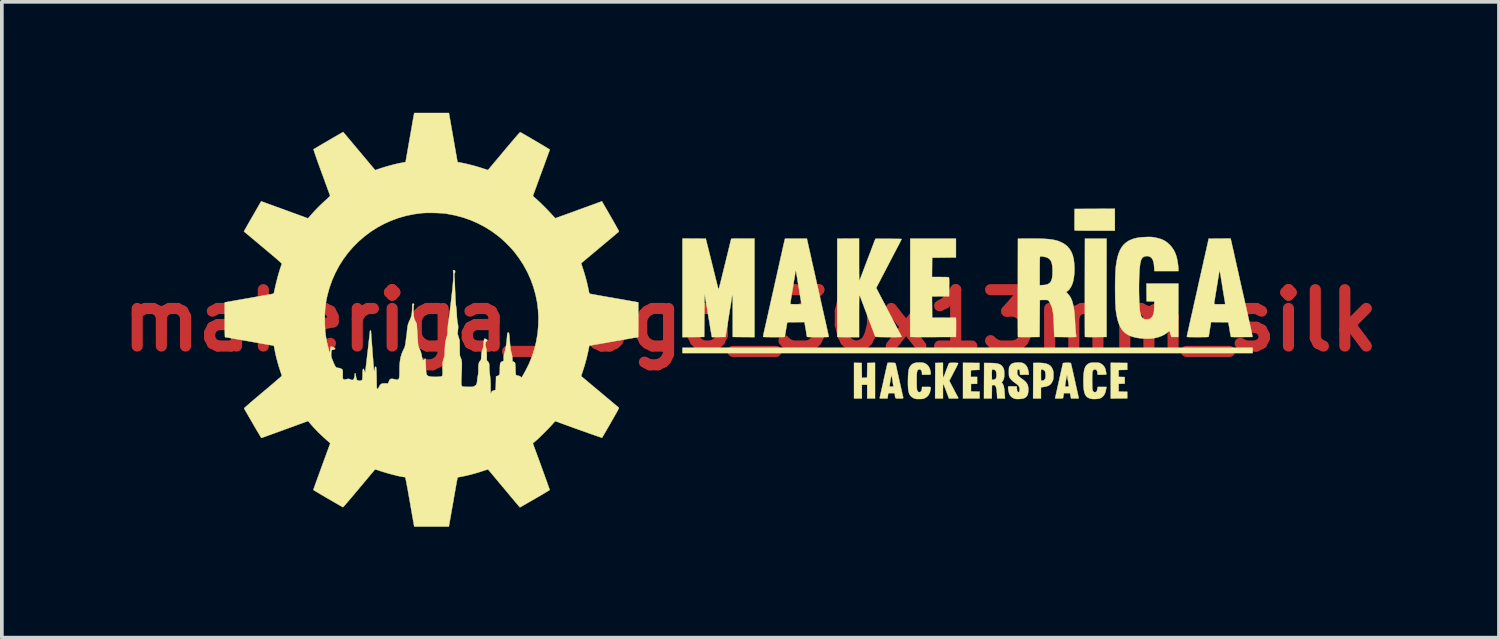
<source format=kicad_pcb>
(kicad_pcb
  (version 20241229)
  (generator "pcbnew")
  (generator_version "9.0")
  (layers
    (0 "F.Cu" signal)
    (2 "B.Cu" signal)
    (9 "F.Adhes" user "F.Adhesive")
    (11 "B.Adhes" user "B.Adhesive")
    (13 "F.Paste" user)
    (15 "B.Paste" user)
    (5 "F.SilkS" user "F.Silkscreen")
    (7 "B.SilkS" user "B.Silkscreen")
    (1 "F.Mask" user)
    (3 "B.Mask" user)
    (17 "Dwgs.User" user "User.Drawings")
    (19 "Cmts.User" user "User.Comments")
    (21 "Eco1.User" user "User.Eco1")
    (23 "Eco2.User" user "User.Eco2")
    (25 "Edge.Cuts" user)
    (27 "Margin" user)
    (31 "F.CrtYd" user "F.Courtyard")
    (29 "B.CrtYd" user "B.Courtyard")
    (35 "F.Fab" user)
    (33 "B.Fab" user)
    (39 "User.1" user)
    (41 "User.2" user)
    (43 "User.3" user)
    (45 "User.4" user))
  (footprint "makeriga_logo_30x13mm_silk"
    (layer "F.Cu")
    (at 17.243 5.618)
    (property "Reference" "makeriga_logo_30x13mm_silk" (at 0 0 0) (layer "F.Cu") (effects (font (size 1.524 1.524) (thickness 0.3))))
    (attr through_hole)
    (fp_poly (pts (xy 13.581 0.881) (xy -1.837 0.881) (xy -1.837 0.737) (xy 13.581 0.737) (xy 13.581 0.881)) (stroke (width 0.01) (type solid)) (fill yes) (layer "F.SilkS"))
    (fp_poly (pts (xy 3.37 2.108) (xy 3.158 2.108) (xy 3.158 1.736) (xy 3.014 1.736) (xy 3.014 2.108) (xy 2.802 2.108) (xy 2.802 1.142) (xy 2.906 1.145) (xy 3.01 1.147) (xy 3.014 1.55) (xy 3.084 1.548) (xy 3.154 1.545) (xy 3.158 1.346) (xy 3.162 1.147) (xy 3.266 1.145) (xy 3.37 1.142) (xy 3.37 2.108)) (stroke (width 0.01) (type solid)) (fill yes) (layer "F.SilkS"))
    (fp_poly (pts (xy 5.971 1.145) (xy 6.193 1.147) (xy 6.193 1.333) (xy 6.079 1.338) (xy 5.965 1.342) (xy 5.962 1.433) (xy 5.96 1.524) (xy 6.13 1.524) (xy 6.13 1.71) (xy 5.965 1.714) (xy 5.965 1.918) (xy 6.081 1.92) (xy 6.198 1.922) (xy 6.198 2.108) (xy 5.749 2.108) (xy 5.749 1.143) (xy 5.971 1.145)) (stroke (width 0.01) (type solid)) (fill yes) (layer "F.SilkS"))
    (fp_poly (pts (xy 9.967 1.145) (xy 10.19 1.147) (xy 10.19 1.333) (xy 9.957 1.338) (xy 9.957 1.523) (xy 10.039 1.526) (xy 10.122 1.528) (xy 10.122 1.706) (xy 9.957 1.711) (xy 9.957 1.921) (xy 10.073 1.924) (xy 10.19 1.926) (xy 10.19 2.104) (xy 9.967 2.106) (xy 9.745 2.108) (xy 9.745 1.143) (xy 9.967 1.145)) (stroke (width 0.01) (type solid)) (fill yes) (layer "F.SilkS"))
    (fp_poly (pts (xy 9.855 -2.43) (xy 9.313 -2.43) (xy 9.199 -2.43) (xy 9.102 -2.43) (xy 9.019 -2.431) (xy 8.95 -2.431) (xy 8.893 -2.432) (xy 8.849 -2.433) (xy 8.815 -2.434) (xy 8.791 -2.436) (xy 8.776 -2.437) (xy 8.768 -2.439) (xy 8.767 -2.441) (xy 8.766 -2.451) (xy 8.765 -2.477) (xy 8.765 -2.515) (xy 8.764 -2.565) (xy 8.764 -2.622) (xy 8.765 -2.687) (xy 8.765 -2.735) (xy 8.767 -3.018) (xy 9.855 -3.023) (xy 9.855 -2.43)) (stroke (width 0.01) (type solid)) (fill yes) (layer "F.SilkS"))
    (fp_poly (pts (xy 9.631 0.444) (xy 9.341 0.447) (xy 9.259 0.447) (xy 9.194 0.447) (xy 9.142 0.447) (xy 9.103 0.446) (xy 9.075 0.445) (xy 9.058 0.443) (xy 9.048 0.44) (xy 9.046 0.438) (xy 9.046 0.429) (xy 9.046 0.403) (xy 9.045 0.363) (xy 9.045 0.308) (xy 9.045 0.24) (xy 9.044 0.159) (xy 9.044 0.067) (xy 9.044 -0.035) (xy 9.044 -0.147) (xy 9.044 -0.268) (xy 9.044 -0.396) (xy 9.044 -0.531) (xy 9.044 -0.673) (xy 9.044 -0.819) (xy 9.044 -0.893) (xy 9.047 -2.214) (xy 9.631 -2.214) (xy 9.631 0.444)) (stroke (width 0.01) (type solid)) (fill yes) (layer "F.SilkS"))
    (fp_poly (pts (xy 5.558 -1.706) (xy 5.237 -1.702) (xy 4.915 -1.698) (xy 4.91 -1.177) (xy 5.133 -1.177) (xy 5.193 -1.176) (xy 5.248 -1.176) (xy 5.295 -1.175) (xy 5.332 -1.173) (xy 5.356 -1.172) (xy 5.366 -1.17) (xy 5.369 -1.164) (xy 5.371 -1.151) (xy 5.373 -1.128) (xy 5.374 -1.094) (xy 5.375 -1.047) (xy 5.375 -0.987) (xy 5.374 -0.912) (xy 5.374 -0.91) (xy 5.372 -0.656) (xy 5.141 -0.654) (xy 4.91 -0.652) (xy 4.913 -0.364) (xy 4.915 -0.075) (xy 5.234 -0.076) (xy 5.554 -0.077) (xy 5.558 -0.057) (xy 5.56 -0.044) (xy 5.56 -0.016) (xy 5.561 0.024) (xy 5.561 0.074) (xy 5.561 0.131) (xy 5.561 0.194) (xy 5.561 0.203) (xy 5.558 0.444) (xy 4.942 0.447) (xy 4.821 0.447) (xy 4.715 0.447) (xy 4.625 0.447) (xy 4.548 0.447) (xy 4.485 0.447) (xy 4.433 0.446) (xy 4.393 0.445) (xy 4.363 0.444) (xy 4.341 0.443) (xy 4.328 0.441) (xy 4.322 0.439) (xy 4.322 0.438) (xy 4.321 0.429) (xy 4.321 0.403) (xy 4.321 0.363) (xy 4.32 0.308) (xy 4.32 0.24) (xy 4.32 0.159) (xy 4.32 0.067) (xy 4.32 -0.035) (xy 4.32 -0.147) (xy 4.32 -0.268) (xy 4.32 -0.396) (xy 4.32 -0.531) (xy 4.32 -0.673) (xy 4.32 -0.819) (xy 4.32 -0.893) (xy 4.322 -2.214) (xy 5.558 -2.214) (xy 5.558 -1.706)) (stroke (width 0.01) (type solid)) (fill yes) (layer "F.SilkS"))
    (fp_poly (pts (xy 7.86 1.146) (xy 7.942 1.154) (xy 8.011 1.17) (xy 8.067 1.194) (xy 8.112 1.226) (xy 8.147 1.267) (xy 8.172 1.317) (xy 8.18 1.339) (xy 8.188 1.369) (xy 8.193 1.398) (xy 8.195 1.431) (xy 8.195 1.473) (xy 8.195 1.498) (xy 8.193 1.541) (xy 8.191 1.573) (xy 8.186 1.597) (xy 8.18 1.618) (xy 8.169 1.641) (xy 8.162 1.656) (xy 8.137 1.698) (xy 8.107 1.731) (xy 8.071 1.756) (xy 8.026 1.775) (xy 7.968 1.789) (xy 7.923 1.797) (xy 7.857 1.807) (xy 7.857 2.108) (xy 7.645 2.108) (xy 7.647 1.628) (xy 7.648 1.467) (xy 7.857 1.467) (xy 7.857 1.472) (xy 7.857 1.521) (xy 7.858 1.563) (xy 7.859 1.597) (xy 7.86 1.62) (xy 7.862 1.627) (xy 7.874 1.63) (xy 7.895 1.626) (xy 7.92 1.62) (xy 7.941 1.61) (xy 7.95 1.604) (xy 7.963 1.586) (xy 7.975 1.561) (xy 7.977 1.554) (xy 7.982 1.523) (xy 7.983 1.485) (xy 7.981 1.444) (xy 7.976 1.406) (xy 7.968 1.377) (xy 7.963 1.366) (xy 7.942 1.346) (xy 7.912 1.33) (xy 7.881 1.321) (xy 7.874 1.321) (xy 7.868 1.321) (xy 7.864 1.325) (xy 7.861 1.334) (xy 7.859 1.35) (xy 7.858 1.376) (xy 7.857 1.414) (xy 7.857 1.467) (xy 7.648 1.467) (xy 7.65 1.147) (xy 7.763 1.145) (xy 7.86 1.146)) (stroke (width 0.01) (type solid)) (fill yes) (layer "F.SilkS"))
    (fp_poly (pts (xy 6.473 1.148) (xy 6.558 1.15) (xy 6.628 1.156) (xy 6.686 1.165) (xy 6.733 1.18) (xy 6.77 1.2) (xy 6.801 1.226) (xy 6.826 1.259) (xy 6.839 1.283) (xy 6.849 1.304) (xy 6.856 1.324) (xy 6.86 1.349) (xy 6.863 1.382) (xy 6.865 1.424) (xy 6.865 1.493) (xy 6.859 1.549) (xy 6.846 1.594) (xy 6.827 1.631) (xy 6.815 1.646) (xy 6.801 1.664) (xy 6.796 1.675) (xy 6.801 1.683) (xy 6.804 1.686) (xy 6.815 1.7) (xy 6.829 1.724) (xy 6.838 1.743) (xy 6.847 1.765) (xy 6.854 1.792) (xy 6.86 1.826) (xy 6.866 1.868) (xy 6.871 1.923) (xy 6.876 1.991) (xy 6.879 2.03) (xy 6.884 2.108) (xy 6.674 2.108) (xy 6.668 1.988) (xy 6.663 1.915) (xy 6.656 1.857) (xy 6.645 1.811) (xy 6.63 1.775) (xy 6.623 1.763) (xy 6.612 1.751) (xy 6.597 1.746) (xy 6.571 1.746) (xy 6.532 1.748) (xy 6.53 1.928) (xy 6.527 2.108) (xy 6.316 2.108) (xy 6.318 1.628) (xy 6.319 1.463) (xy 6.528 1.463) (xy 6.528 1.509) (xy 6.529 1.549) (xy 6.53 1.579) (xy 6.531 1.598) (xy 6.532 1.602) (xy 6.543 1.603) (xy 6.564 1.601) (xy 6.589 1.596) (xy 6.612 1.589) (xy 6.626 1.583) (xy 6.626 1.583) (xy 6.641 1.56) (xy 6.65 1.524) (xy 6.654 1.477) (xy 6.653 1.447) (xy 6.648 1.401) (xy 6.639 1.369) (xy 6.623 1.347) (xy 6.6 1.333) (xy 6.586 1.329) (xy 6.565 1.324) (xy 6.55 1.322) (xy 6.54 1.327) (xy 6.533 1.339) (xy 6.53 1.361) (xy 6.528 1.396) (xy 6.528 1.444) (xy 6.528 1.463) (xy 6.319 1.463) (xy 6.32 1.147) (xy 6.473 1.148)) (stroke (width 0.01) (type solid)) (fill yes) (layer "F.SilkS"))
    (fp_poly (pts (xy 5.207 1.348) (xy 5.207 1.415) (xy 5.208 1.467) (xy 5.209 1.504) (xy 5.211 1.528) (xy 5.215 1.538) (xy 5.22 1.537) (xy 5.227 1.526) (xy 5.236 1.505) (xy 5.242 1.49) (xy 5.272 1.408) (xy 5.297 1.341) (xy 5.318 1.287) (xy 5.334 1.245) (xy 5.347 1.213) (xy 5.356 1.189) (xy 5.363 1.172) (xy 5.369 1.162) (xy 5.373 1.155) (xy 5.376 1.152) (xy 5.378 1.15) (xy 5.391 1.147) (xy 5.416 1.145) (xy 5.45 1.144) (xy 5.489 1.143) (xy 5.528 1.144) (xy 5.564 1.145) (xy 5.594 1.147) (xy 5.613 1.149) (xy 5.618 1.152) (xy 5.616 1.162) (xy 5.607 1.184) (xy 5.593 1.215) (xy 5.574 1.253) (xy 5.564 1.272) (xy 5.538 1.323) (xy 5.507 1.382) (xy 5.476 1.442) (xy 5.447 1.497) (xy 5.442 1.507) (xy 5.378 1.63) (xy 5.414 1.698) (xy 5.429 1.727) (xy 5.45 1.768) (xy 5.476 1.816) (xy 5.503 1.868) (xy 5.528 1.918) (xy 5.553 1.964) (xy 5.575 2.006) (xy 5.593 2.04) (xy 5.607 2.065) (xy 5.614 2.077) (xy 5.614 2.078) (xy 5.622 2.094) (xy 5.622 2.097) (xy 5.618 2.102) (xy 5.605 2.105) (xy 5.582 2.107) (xy 5.545 2.108) (xy 5.496 2.108) (xy 5.37 2.108) (xy 5.331 2.004) (xy 5.302 1.928) (xy 5.279 1.865) (xy 5.26 1.816) (xy 5.245 1.778) (xy 5.234 1.75) (xy 5.226 1.73) (xy 5.22 1.718) (xy 5.218 1.714) (xy 5.214 1.712) (xy 5.212 1.718) (xy 5.21 1.734) (xy 5.209 1.762) (xy 5.208 1.802) (xy 5.207 1.857) (xy 5.207 1.903) (xy 5.207 2.108) (xy 4.995 2.108) (xy 4.997 1.628) (xy 5 1.147) (xy 5.103 1.145) (xy 5.207 1.142) (xy 5.207 1.348)) (stroke (width 0.01) (type solid)) (fill yes) (layer "F.SilkS"))
    (fp_poly (pts (xy 9.361 1.139) (xy 9.396 1.14) (xy 9.422 1.143) (xy 9.441 1.147) (xy 9.459 1.154) (xy 9.466 1.157) (xy 9.512 1.187) (xy 9.553 1.227) (xy 9.584 1.273) (xy 9.584 1.274) (xy 9.594 1.299) (xy 9.603 1.331) (xy 9.612 1.367) (xy 9.619 1.402) (xy 9.623 1.432) (xy 9.624 1.451) (xy 9.623 1.454) (xy 9.616 1.459) (xy 9.599 1.462) (xy 9.57 1.464) (xy 9.527 1.465) (xy 9.505 1.465) (xy 9.391 1.465) (xy 9.385 1.414) (xy 9.376 1.369) (xy 9.36 1.339) (xy 9.337 1.324) (xy 9.317 1.321) (xy 9.286 1.328) (xy 9.264 1.35) (xy 9.25 1.387) (xy 9.248 1.396) (xy 9.246 1.419) (xy 9.245 1.455) (xy 9.243 1.501) (xy 9.242 1.555) (xy 9.242 1.613) (xy 9.242 1.672) (xy 9.243 1.728) (xy 9.244 1.78) (xy 9.245 1.822) (xy 9.247 1.852) (xy 9.248 1.864) (xy 9.26 1.902) (xy 9.28 1.927) (xy 9.306 1.938) (xy 9.313 1.939) (xy 9.34 1.934) (xy 9.361 1.917) (xy 9.375 1.888) (xy 9.383 1.852) (xy 9.392 1.795) (xy 9.628 1.795) (xy 9.623 1.831) (xy 9.608 1.907) (xy 9.588 1.969) (xy 9.562 2.018) (xy 9.529 2.057) (xy 9.487 2.087) (xy 9.458 2.102) (xy 9.428 2.111) (xy 9.386 2.117) (xy 9.338 2.122) (xy 9.29 2.123) (xy 9.245 2.121) (xy 9.216 2.117) (xy 9.167 2.103) (xy 9.125 2.083) (xy 9.091 2.057) (xy 9.063 2.022) (xy 9.042 1.978) (xy 9.026 1.922) (xy 9.015 1.855) (xy 9.008 1.774) (xy 9.005 1.679) (xy 9.005 1.63) (xy 9.006 1.529) (xy 9.012 1.443) (xy 9.021 1.371) (xy 9.034 1.311) (xy 9.053 1.263) (xy 9.076 1.223) (xy 9.106 1.192) (xy 9.142 1.167) (xy 9.159 1.159) (xy 9.177 1.151) (xy 9.196 1.145) (xy 9.22 1.142) (xy 9.251 1.14) (xy 9.293 1.139) (xy 9.313 1.139) (xy 9.361 1.139)) (stroke (width 0.01) (type solid)) (fill yes) (layer "F.SilkS"))
    (fp_poly (pts (xy 4.592 1.136) (xy 4.637 1.139) (xy 4.669 1.142) (xy 4.694 1.147) (xy 4.715 1.156) (xy 4.729 1.162) (xy 4.781 1.198) (xy 4.822 1.247) (xy 4.852 1.307) (xy 4.868 1.372) (xy 4.874 1.408) (xy 4.877 1.433) (xy 4.875 1.45) (xy 4.865 1.459) (xy 4.846 1.464) (xy 4.815 1.465) (xy 4.77 1.465) (xy 4.758 1.465) (xy 4.64 1.465) (xy 4.64 1.427) (xy 4.635 1.381) (xy 4.62 1.347) (xy 4.597 1.327) (xy 4.568 1.321) (xy 4.542 1.326) (xy 4.523 1.343) (xy 4.51 1.373) (xy 4.504 1.397) (xy 4.501 1.422) (xy 4.499 1.46) (xy 4.497 1.509) (xy 4.496 1.564) (xy 4.496 1.624) (xy 4.496 1.683) (xy 4.497 1.74) (xy 4.499 1.791) (xy 4.501 1.833) (xy 4.504 1.863) (xy 4.505 1.871) (xy 4.518 1.907) (xy 4.539 1.93) (xy 4.564 1.939) (xy 4.592 1.932) (xy 4.61 1.92) (xy 4.624 1.905) (xy 4.632 1.886) (xy 4.636 1.858) (xy 4.637 1.848) (xy 4.642 1.795) (xy 4.759 1.795) (xy 4.807 1.795) (xy 4.841 1.795) (xy 4.862 1.799) (xy 4.873 1.806) (xy 4.876 1.82) (xy 4.874 1.842) (xy 4.869 1.874) (xy 4.868 1.88) (xy 4.85 1.951) (xy 4.821 2.01) (xy 4.78 2.057) (xy 4.727 2.093) (xy 4.716 2.099) (xy 4.69 2.109) (xy 4.665 2.116) (xy 4.634 2.12) (xy 4.593 2.122) (xy 4.585 2.122) (xy 4.546 2.122) (xy 4.512 2.122) (xy 4.487 2.121) (xy 4.479 2.12) (xy 4.424 2.103) (xy 4.374 2.077) (xy 4.335 2.043) (xy 4.335 2.042) (xy 4.313 2.013) (xy 4.295 1.979) (xy 4.282 1.939) (xy 4.272 1.889) (xy 4.265 1.83) (xy 4.261 1.759) (xy 4.26 1.674) (xy 4.261 1.595) (xy 4.263 1.512) (xy 4.267 1.444) (xy 4.272 1.388) (xy 4.279 1.343) (xy 4.288 1.305) (xy 4.301 1.274) (xy 4.316 1.245) (xy 4.321 1.238) (xy 4.354 1.198) (xy 4.394 1.168) (xy 4.441 1.149) (xy 4.5 1.138) (xy 4.571 1.136) (xy 4.592 1.136)) (stroke (width 0.01) (type solid)) (fill yes) (layer "F.SilkS"))
    (fp_poly (pts (xy 7.321 1.139) (xy 7.357 1.146) (xy 7.388 1.16) (xy 7.415 1.177) (xy 7.455 1.215) (xy 7.486 1.265) (xy 7.509 1.328) (xy 7.523 1.405) (xy 7.524 1.416) (xy 7.529 1.465) (xy 7.29 1.465) (xy 7.289 1.416) (xy 7.287 1.373) (xy 7.281 1.345) (xy 7.272 1.329) (xy 7.258 1.322) (xy 7.257 1.322) (xy 7.236 1.323) (xy 7.223 1.334) (xy 7.216 1.358) (xy 7.214 1.396) (xy 7.214 1.396) (xy 7.216 1.436) (xy 7.226 1.468) (xy 7.246 1.498) (xy 7.277 1.527) (xy 7.307 1.55) (xy 7.366 1.593) (xy 7.413 1.631) (xy 7.448 1.665) (xy 7.474 1.697) (xy 7.492 1.73) (xy 7.504 1.765) (xy 7.51 1.792) (xy 7.516 1.846) (xy 7.515 1.905) (xy 7.508 1.963) (xy 7.5 2) (xy 7.481 2.037) (xy 7.45 2.07) (xy 7.411 2.096) (xy 7.393 2.104) (xy 7.364 2.111) (xy 7.325 2.117) (xy 7.281 2.121) (xy 7.235 2.122) (xy 7.195 2.122) (xy 7.165 2.119) (xy 7.159 2.117) (xy 7.098 2.094) (xy 7.051 2.06) (xy 7.016 2.015) (xy 7.003 1.99) (xy 6.994 1.964) (xy 6.985 1.929) (xy 6.978 1.89) (xy 6.972 1.852) (xy 6.969 1.82) (xy 6.969 1.797) (xy 6.971 1.792) (xy 6.975 1.786) (xy 6.983 1.782) (xy 6.999 1.78) (xy 7.024 1.779) (xy 7.063 1.779) (xy 7.089 1.78) (xy 7.201 1.782) (xy 7.206 1.849) (xy 7.212 1.892) (xy 7.22 1.92) (xy 7.233 1.935) (xy 7.25 1.936) (xy 7.255 1.935) (xy 7.271 1.923) (xy 7.279 1.9) (xy 7.281 1.863) (xy 7.28 1.842) (xy 7.274 1.81) (xy 7.262 1.782) (xy 7.242 1.755) (xy 7.212 1.727) (xy 7.168 1.694) (xy 7.154 1.684) (xy 7.097 1.641) (xy 7.053 1.6) (xy 7.02 1.557) (xy 7.005 1.532) (xy 6.998 1.517) (xy 6.994 1.499) (xy 6.991 1.474) (xy 6.99 1.44) (xy 6.989 1.391) (xy 6.989 1.389) (xy 6.99 1.341) (xy 6.991 1.306) (xy 6.993 1.282) (xy 6.997 1.263) (xy 7.004 1.247) (xy 7.007 1.24) (xy 7.032 1.203) (xy 7.06 1.175) (xy 7.096 1.155) (xy 7.141 1.143) (xy 7.2 1.137) (xy 7.218 1.136) (xy 7.276 1.135) (xy 7.321 1.139)) (stroke (width 0.01) (type solid)) (fill yes) (layer "F.SilkS"))
    (fp_poly (pts (xy 3.859 1.144) (xy 3.893 1.146) (xy 3.913 1.15) (xy 3.918 1.154) (xy 3.924 1.166) (xy 3.931 1.191) (xy 3.939 1.223) (xy 3.941 1.232) (xy 3.95 1.273) (xy 3.959 1.313) (xy 3.968 1.357) (xy 3.979 1.405) (xy 3.992 1.461) (xy 4.007 1.527) (xy 4.024 1.606) (xy 4.034 1.651) (xy 4.049 1.714) (xy 4.062 1.775) (xy 4.075 1.832) (xy 4.086 1.882) (xy 4.095 1.92) (xy 4.099 1.939) (xy 4.107 1.977) (xy 4.115 2.013) (xy 4.122 2.04) (xy 4.123 2.045) (xy 4.129 2.071) (xy 4.132 2.089) (xy 4.127 2.1) (xy 4.114 2.105) (xy 4.09 2.108) (xy 4.053 2.108) (xy 4.03 2.108) (xy 3.985 2.108) (xy 3.953 2.106) (xy 3.933 2.101) (xy 3.921 2.09) (xy 3.915 2.07) (xy 3.91 2.041) (xy 3.908 2.017) (xy 3.901 1.964) (xy 3.728 1.964) (xy 3.722 2.009) (xy 3.718 2.04) (xy 3.713 2.07) (xy 3.711 2.081) (xy 3.707 2.108) (xy 3.602 2.108) (xy 3.555 2.108) (xy 3.523 2.106) (xy 3.505 2.103) (xy 3.497 2.099) (xy 3.497 2.098) (xy 3.499 2.086) (xy 3.504 2.061) (xy 3.511 2.025) (xy 3.521 1.98) (xy 3.532 1.93) (xy 3.535 1.918) (xy 3.548 1.86) (xy 3.561 1.803) (xy 3.566 1.782) (xy 3.759 1.782) (xy 3.767 1.784) (xy 3.787 1.786) (xy 3.815 1.786) (xy 3.845 1.786) (xy 3.861 1.784) (xy 3.867 1.78) (xy 3.867 1.771) (xy 3.866 1.765) (xy 3.862 1.749) (xy 3.857 1.72) (xy 3.851 1.682) (xy 3.844 1.639) (xy 3.844 1.634) (xy 3.834 1.574) (xy 3.827 1.529) (xy 3.822 1.499) (xy 3.817 1.483) (xy 3.813 1.479) (xy 3.81 1.487) (xy 3.805 1.506) (xy 3.8 1.533) (xy 3.799 1.541) (xy 3.791 1.586) (xy 3.783 1.633) (xy 3.776 1.679) (xy 3.769 1.719) (xy 3.764 1.752) (xy 3.76 1.774) (xy 3.759 1.782) (xy 3.566 1.782) (xy 3.573 1.75) (xy 3.583 1.705) (xy 3.59 1.672) (xy 3.602 1.617) (xy 3.615 1.556) (xy 3.63 1.492) (xy 3.644 1.428) (xy 3.658 1.366) (xy 3.671 1.308) (xy 3.682 1.258) (xy 3.692 1.218) (xy 3.698 1.19) (xy 3.701 1.179) (xy 3.711 1.143) (xy 3.81 1.143) (xy 3.859 1.144)) (stroke (width 0.01) (type solid)) (fill yes) (layer "F.SilkS"))
    (fp_poly (pts (xy 8.623 1.144) (xy 8.649 1.146) (xy 8.663 1.149) (xy 8.665 1.151) (xy 8.668 1.16) (xy 8.674 1.185) (xy 8.683 1.221) (xy 8.694 1.268) (xy 8.706 1.322) (xy 8.72 1.381) (xy 8.734 1.444) (xy 8.748 1.508) (xy 8.762 1.571) (xy 8.771 1.613) (xy 8.777 1.638) (xy 8.785 1.675) (xy 8.795 1.722) (xy 8.807 1.775) (xy 8.82 1.832) (xy 8.833 1.89) (xy 8.845 1.946) (xy 8.857 1.997) (xy 8.866 2.04) (xy 8.873 2.072) (xy 8.877 2.089) (xy 8.879 2.097) (xy 8.877 2.102) (xy 8.868 2.106) (xy 8.852 2.107) (xy 8.823 2.108) (xy 8.781 2.108) (xy 8.776 2.108) (xy 8.671 2.108) (xy 8.662 2.06) (xy 8.656 2.028) (xy 8.65 2) (xy 8.648 1.988) (xy 8.643 1.964) (xy 8.477 1.964) (xy 8.467 2.026) (xy 8.461 2.057) (xy 8.457 2.083) (xy 8.454 2.097) (xy 8.453 2.098) (xy 8.447 2.102) (xy 8.429 2.106) (xy 8.398 2.107) (xy 8.352 2.108) (xy 8.343 2.108) (xy 8.299 2.108) (xy 8.269 2.108) (xy 8.251 2.106) (xy 8.242 2.103) (xy 8.24 2.098) (xy 8.241 2.091) (xy 8.242 2.089) (xy 8.246 2.073) (xy 8.252 2.044) (xy 8.26 2.009) (xy 8.264 1.994) (xy 8.27 1.964) (xy 8.28 1.92) (xy 8.292 1.867) (xy 8.305 1.808) (xy 8.314 1.767) (xy 8.509 1.767) (xy 8.511 1.778) (xy 8.517 1.784) (xy 8.533 1.786) (xy 8.56 1.786) (xy 8.588 1.786) (xy 8.603 1.784) (xy 8.609 1.778) (xy 8.61 1.766) (xy 8.61 1.763) (xy 8.608 1.739) (xy 8.603 1.711) (xy 8.602 1.706) (xy 8.598 1.683) (xy 8.592 1.649) (xy 8.585 1.609) (xy 8.58 1.579) (xy 8.574 1.541) (xy 8.569 1.509) (xy 8.564 1.486) (xy 8.562 1.478) (xy 8.559 1.483) (xy 8.554 1.502) (xy 8.548 1.532) (xy 8.541 1.569) (xy 8.533 1.61) (xy 8.526 1.652) (xy 8.519 1.692) (xy 8.514 1.727) (xy 8.51 1.754) (xy 8.509 1.767) (xy 8.314 1.767) (xy 8.319 1.746) (xy 8.327 1.71) (xy 8.341 1.648) (xy 8.355 1.587) (xy 8.367 1.53) (xy 8.378 1.481) (xy 8.387 1.442) (xy 8.39 1.427) (xy 8.402 1.375) (xy 8.413 1.323) (xy 8.425 1.273) (xy 8.435 1.228) (xy 8.444 1.191) (xy 8.45 1.165) (xy 8.454 1.154) (xy 8.463 1.149) (xy 8.486 1.146) (xy 8.517 1.144) (xy 8.553 1.143) (xy 8.589 1.143) (xy 8.623 1.144)) (stroke (width 0.01) (type solid)) (fill yes) (layer "F.SilkS"))
    (fp_poly (pts (xy -1.522 -2.216) (xy -1.207 -2.214) (xy -1.13 -1.905) (xy -1.11 -1.825) (xy -1.087 -1.733) (xy -1.062 -1.633) (xy -1.036 -1.528) (xy -1.01 -1.423) (xy -0.985 -1.322) (xy -0.962 -1.229) (xy -0.961 -1.223) (xy -0.942 -1.147) (xy -0.924 -1.075) (xy -0.908 -1.01) (xy -0.893 -0.953) (xy -0.881 -0.907) (xy -0.872 -0.872) (xy -0.866 -0.85) (xy -0.863 -0.844) (xy -0.862 -0.844) (xy -0.86 -0.847) (xy -0.857 -0.853) (xy -0.853 -0.865) (xy -0.848 -0.881) (xy -0.842 -0.904) (xy -0.834 -0.934) (xy -0.824 -0.972) (xy -0.812 -1.018) (xy -0.798 -1.074) (xy -0.782 -1.14) (xy -0.763 -1.217) (xy -0.741 -1.306) (xy -0.716 -1.407) (xy -0.688 -1.522) (xy -0.656 -1.651) (xy -0.621 -1.795) (xy -0.588 -1.93) (xy -0.572 -1.995) (xy -0.558 -2.055) (xy -0.545 -2.108) (xy -0.534 -2.152) (xy -0.526 -2.184) (xy -0.521 -2.203) (xy -0.52 -2.208) (xy -0.516 -2.211) (xy -0.503 -2.213) (xy -0.481 -2.215) (xy -0.449 -2.216) (xy -0.405 -2.217) (xy -0.347 -2.218) (xy -0.275 -2.218) (xy -0.203 -2.218) (xy 0.11 -2.218) (xy 0.11 0.449) (xy -0.184 0.447) (xy -0.478 0.444) (xy -0.478 -0.134) (xy -0.478 -0.25) (xy -0.479 -0.351) (xy -0.479 -0.436) (xy -0.479 -0.507) (xy -0.48 -0.565) (xy -0.481 -0.611) (xy -0.482 -0.645) (xy -0.483 -0.669) (xy -0.485 -0.684) (xy -0.486 -0.69) (xy -0.488 -0.689) (xy -0.489 -0.689) (xy -0.496 -0.666) (xy -0.499 -0.648) (xy -0.501 -0.635) (xy -0.504 -0.608) (xy -0.51 -0.571) (xy -0.517 -0.526) (xy -0.524 -0.478) (xy -0.532 -0.429) (xy -0.54 -0.383) (xy -0.547 -0.342) (xy -0.55 -0.322) (xy -0.555 -0.297) (xy -0.561 -0.26) (xy -0.568 -0.214) (xy -0.576 -0.164) (xy -0.58 -0.14) (xy -0.591 -0.072) (xy -0.602 -0.005) (xy -0.613 0.064) (xy -0.625 0.141) (xy -0.639 0.227) (xy -0.655 0.326) (xy -0.674 0.444) (xy -0.857 0.447) (xy -1.041 0.449) (xy -1.045 0.43) (xy -1.052 0.394) (xy -1.06 0.345) (xy -1.07 0.288) (xy -1.081 0.225) (xy -1.091 0.162) (xy -1.101 0.101) (xy -1.106 0.068) (xy -1.111 0.032) (xy -1.117 0.001) (xy -1.121 -0.02) (xy -1.122 -0.025) (xy -1.125 -0.039) (xy -1.129 -0.065) (xy -1.135 -0.099) (xy -1.138 -0.119) (xy -1.142 -0.143) (xy -1.148 -0.179) (xy -1.156 -0.226) (xy -1.165 -0.28) (xy -1.174 -0.339) (xy -1.185 -0.402) (xy -1.195 -0.464) (xy -1.206 -0.525) (xy -1.215 -0.581) (xy -1.223 -0.63) (xy -1.23 -0.671) (xy -1.235 -0.699) (xy -1.238 -0.714) (xy -1.238 -0.714) (xy -1.239 -0.708) (xy -1.239 -0.686) (xy -1.24 -0.649) (xy -1.24 -0.6) (xy -1.241 -0.539) (xy -1.242 -0.467) (xy -1.242 -0.387) (xy -1.243 -0.299) (xy -1.244 -0.205) (xy -1.245 -0.14) (xy -1.249 0.444) (xy -1.543 0.447) (xy -1.837 0.449) (xy -1.837 -2.218) (xy -1.522 -2.216)) (stroke (width 0.01) (type solid)) (fill yes) (layer "F.SilkS"))
    (fp_poly (pts (xy 10.844 -2.259) (xy 10.877 -2.255) (xy 10.912 -2.25) (xy 10.946 -2.244) (xy 11.039 -2.223) (xy 11.118 -2.198) (xy 11.187 -2.166) (xy 11.249 -2.126) (xy 11.309 -2.077) (xy 11.337 -2.05) (xy 11.399 -1.98) (xy 11.449 -1.906) (xy 11.488 -1.826) (xy 11.521 -1.735) (xy 11.532 -1.693) (xy 11.541 -1.65) (xy 11.551 -1.597) (xy 11.56 -1.539) (xy 11.567 -1.481) (xy 11.572 -1.429) (xy 11.574 -1.388) (xy 11.574 -1.384) (xy 11.574 -1.338) (xy 10.925 -1.338) (xy 10.919 -1.443) (xy 10.911 -1.528) (xy 10.897 -1.597) (xy 10.875 -1.653) (xy 10.846 -1.694) (xy 10.81 -1.722) (xy 10.789 -1.731) (xy 10.743 -1.742) (xy 10.701 -1.742) (xy 10.657 -1.731) (xy 10.629 -1.718) (xy 10.605 -1.701) (xy 10.585 -1.676) (xy 10.569 -1.644) (xy 10.555 -1.603) (xy 10.543 -1.55) (xy 10.534 -1.486) (xy 10.526 -1.409) (xy 10.52 -1.316) (xy 10.516 -1.245) (xy 10.512 -1.15) (xy 10.51 -1.048) (xy 10.508 -0.941) (xy 10.508 -0.833) (xy 10.509 -0.725) (xy 10.512 -0.62) (xy 10.515 -0.521) (xy 10.519 -0.43) (xy 10.524 -0.35) (xy 10.53 -0.283) (xy 10.533 -0.258) (xy 10.546 -0.187) (xy 10.564 -0.13) (xy 10.587 -0.088) (xy 10.616 -0.058) (xy 10.653 -0.039) (xy 10.673 -0.034) (xy 10.732 -0.028) (xy 10.785 -0.038) (xy 10.829 -0.063) (xy 10.865 -0.102) (xy 10.893 -0.156) (xy 10.896 -0.167) (xy 10.904 -0.192) (xy 10.909 -0.218) (xy 10.914 -0.248) (xy 10.917 -0.286) (xy 10.919 -0.336) (xy 10.92 -0.37) (xy 10.924 -0.516) (xy 10.715 -0.521) (xy 10.712 -0.76) (xy 10.71 -0.999) (xy 11.574 -0.999) (xy 11.572 -0.277) (xy 11.57 0.444) (xy 11.384 0.444) (xy 11.361 0.366) (xy 11.351 0.331) (xy 11.342 0.303) (xy 11.335 0.285) (xy 11.333 0.281) (xy 11.325 0.284) (xy 11.309 0.295) (xy 11.301 0.302) (xy 11.229 0.359) (xy 11.144 0.407) (xy 11.048 0.445) (xy 10.942 0.472) (xy 10.907 0.479) (xy 10.85 0.485) (xy 10.782 0.489) (xy 10.707 0.489) (xy 10.63 0.487) (xy 10.556 0.482) (xy 10.524 0.478) (xy 10.415 0.46) (xy 10.318 0.434) (xy 10.233 0.399) (xy 10.159 0.355) (xy 10.095 0.3) (xy 10.04 0.235) (xy 9.994 0.157) (xy 9.956 0.066) (xy 9.925 -0.038) (xy 9.9 -0.158) (xy 9.885 -0.258) (xy 9.879 -0.317) (xy 9.874 -0.39) (xy 9.869 -0.476) (xy 9.866 -0.57) (xy 9.864 -0.672) (xy 9.863 -0.778) (xy 9.862 -0.887) (xy 9.863 -0.995) (xy 9.865 -1.1) (xy 9.867 -1.199) (xy 9.871 -1.291) (xy 9.875 -1.372) (xy 9.881 -1.441) (xy 9.885 -1.477) (xy 9.905 -1.608) (xy 9.93 -1.723) (xy 9.962 -1.824) (xy 9.999 -1.912) (xy 10.043 -1.988) (xy 10.095 -2.052) (xy 10.154 -2.106) (xy 10.222 -2.152) (xy 10.252 -2.168) (xy 10.317 -2.196) (xy 10.385 -2.219) (xy 10.458 -2.236) (xy 10.539 -2.248) (xy 10.633 -2.255) (xy 10.702 -2.258) (xy 10.76 -2.26) (xy 10.806 -2.26) (xy 10.844 -2.259)) (stroke (width 0.01) (type solid)) (fill yes) (layer "F.SilkS"))
    (fp_poly (pts (xy 7.779 -2.216) (xy 7.891 -2.213) (xy 7.99 -2.207) (xy 8.077 -2.2) (xy 8.154 -2.19) (xy 8.222 -2.178) (xy 8.282 -2.163) (xy 8.335 -2.146) (xy 8.338 -2.145) (xy 8.431 -2.104) (xy 8.512 -2.055) (xy 8.58 -1.996) (xy 8.637 -1.928) (xy 8.683 -1.849) (xy 8.718 -1.759) (xy 8.743 -1.656) (xy 8.757 -1.541) (xy 8.763 -1.412) (xy 8.763 -1.399) (xy 8.759 -1.27) (xy 8.746 -1.154) (xy 8.725 -1.051) (xy 8.695 -0.963) (xy 8.657 -0.888) (xy 8.611 -0.828) (xy 8.56 -0.785) (xy 8.539 -0.771) (xy 8.578 -0.73) (xy 8.615 -0.688) (xy 8.648 -0.641) (xy 8.676 -0.588) (xy 8.7 -0.527) (xy 8.72 -0.458) (xy 8.737 -0.379) (xy 8.752 -0.289) (xy 8.763 -0.186) (xy 8.773 -0.068) (xy 8.78 0.064) (xy 8.78 0.076) (xy 8.784 0.138) (xy 8.788 0.2) (xy 8.792 0.257) (xy 8.796 0.307) (xy 8.8 0.345) (xy 8.802 0.355) (xy 8.807 0.39) (xy 8.809 0.419) (xy 8.809 0.437) (xy 8.807 0.442) (xy 8.797 0.443) (xy 8.772 0.445) (xy 8.735 0.446) (xy 8.686 0.447) (xy 8.629 0.447) (xy 8.564 0.447) (xy 8.513 0.447) (xy 8.227 0.444) (xy 8.219 0.419) (xy 8.217 0.404) (xy 8.215 0.374) (xy 8.213 0.333) (xy 8.211 0.283) (xy 8.209 0.226) (xy 8.208 0.178) (xy 8.204 0.053) (xy 8.199 -0.055) (xy 8.191 -0.149) (xy 8.181 -0.23) (xy 8.169 -0.298) (xy 8.154 -0.355) (xy 8.153 -0.361) (xy 8.136 -0.406) (xy 8.115 -0.451) (xy 8.092 -0.493) (xy 8.069 -0.527) (xy 8.05 -0.548) (xy 8.038 -0.553) (xy 8.014 -0.556) (xy 7.978 -0.557) (xy 7.932 -0.557) (xy 7.827 -0.555) (xy 7.823 -0.055) (xy 7.819 0.444) (xy 7.529 0.447) (xy 7.447 0.447) (xy 7.382 0.447) (xy 7.33 0.447) (xy 7.291 0.446) (xy 7.263 0.445) (xy 7.246 0.443) (xy 7.237 0.44) (xy 7.234 0.438) (xy 7.234 0.429) (xy 7.234 0.403) (xy 7.233 0.363) (xy 7.233 0.308) (xy 7.233 0.24) (xy 7.232 0.159) (xy 7.232 0.067) (xy 7.232 -0.035) (xy 7.232 -0.147) (xy 7.232 -0.268) (xy 7.232 -0.396) (xy 7.232 -0.531) (xy 7.232 -0.673) (xy 7.232 -0.819) (xy 7.233 -0.893) (xy 7.233 -1.341) (xy 7.823 -1.341) (xy 7.823 -0.954) (xy 7.91 -0.959) (xy 7.968 -0.964) (xy 8.012 -0.972) (xy 8.035 -0.98) (xy 8.074 -1.002) (xy 8.106 -1.029) (xy 8.13 -1.064) (xy 8.148 -1.108) (xy 8.16 -1.163) (xy 8.167 -1.23) (xy 8.17 -1.313) (xy 8.17 -1.328) (xy 8.168 -1.417) (xy 8.161 -1.491) (xy 8.149 -1.553) (xy 8.13 -1.602) (xy 8.105 -1.642) (xy 8.072 -1.674) (xy 8.033 -1.698) (xy 8.007 -1.709) (xy 7.972 -1.718) (xy 7.932 -1.727) (xy 7.894 -1.732) (xy 7.861 -1.735) (xy 7.839 -1.734) (xy 7.836 -1.733) (xy 7.833 -1.73) (xy 7.831 -1.724) (xy 7.829 -1.712) (xy 7.827 -1.694) (xy 7.826 -1.667) (xy 7.825 -1.631) (xy 7.824 -1.584) (xy 7.824 -1.525) (xy 7.823 -1.453) (xy 7.823 -1.365) (xy 7.823 -1.341) (xy 7.233 -1.341) (xy 7.235 -2.214) (xy 7.51 -2.217) (xy 7.652 -2.217) (xy 7.779 -2.216)) (stroke (width 0.01) (type solid)) (fill yes) (layer "F.SilkS"))
    (fp_poly (pts (xy 2.938 -1.647) (xy 2.938 -1.55) (xy 2.938 -1.459) (xy 2.939 -1.374) (xy 2.939 -1.297) (xy 2.94 -1.229) (xy 2.941 -1.172) (xy 2.942 -1.126) (xy 2.943 -1.095) (xy 2.944 -1.078) (xy 2.944 -1.075) (xy 2.95 -1.083) (xy 2.959 -1.103) (xy 2.971 -1.132) (xy 2.978 -1.149) (xy 2.99 -1.184) (xy 3.007 -1.229) (xy 3.026 -1.28) (xy 3.046 -1.333) (xy 3.056 -1.359) (xy 3.084 -1.433) (xy 3.111 -1.504) (xy 3.136 -1.569) (xy 3.157 -1.626) (xy 3.174 -1.671) (xy 3.18 -1.685) (xy 3.187 -1.704) (xy 3.199 -1.735) (xy 3.213 -1.773) (xy 3.229 -1.815) (xy 3.23 -1.816) (xy 3.249 -1.865) (xy 3.27 -1.923) (xy 3.293 -1.982) (xy 3.311 -2.032) (xy 3.328 -2.076) (xy 3.343 -2.117) (xy 3.357 -2.151) (xy 3.366 -2.174) (xy 3.368 -2.178) (xy 3.381 -2.21) (xy 3.735 -2.21) (xy 3.811 -2.21) (xy 3.881 -2.209) (xy 3.944 -2.209) (xy 3.998 -2.208) (xy 4.041 -2.207) (xy 4.071 -2.206) (xy 4.087 -2.205) (xy 4.089 -2.205) (xy 4.086 -2.196) (xy 4.075 -2.174) (xy 4.06 -2.143) (xy 4.04 -2.105) (xy 4.025 -2.075) (xy 3.974 -1.978) (xy 3.93 -1.894) (xy 3.892 -1.822) (xy 3.86 -1.761) (xy 3.833 -1.708) (xy 3.818 -1.681) (xy 3.8 -1.646) (xy 3.777 -1.6) (xy 3.75 -1.55) (xy 3.724 -1.499) (xy 3.713 -1.477) (xy 3.687 -1.428) (xy 3.66 -1.376) (xy 3.635 -1.328) (xy 3.614 -1.288) (xy 3.607 -1.274) (xy 3.583 -1.229) (xy 3.554 -1.174) (xy 3.522 -1.111) (xy 3.488 -1.046) (xy 3.454 -0.982) (xy 3.429 -0.934) (xy 3.402 -0.881) (xy 3.476 -0.739) (xy 3.501 -0.691) (xy 3.525 -0.645) (xy 3.547 -0.604) (xy 3.563 -0.573) (xy 3.573 -0.555) (xy 3.584 -0.534) (xy 3.601 -0.501) (xy 3.623 -0.46) (xy 3.647 -0.413) (xy 3.673 -0.363) (xy 3.674 -0.36) (xy 3.7 -0.31) (xy 3.725 -0.263) (xy 3.747 -0.221) (xy 3.764 -0.188) (xy 3.776 -0.166) (xy 3.776 -0.165) (xy 3.788 -0.143) (xy 3.806 -0.109) (xy 3.828 -0.068) (xy 3.851 -0.023) (xy 3.865 0.004) (xy 3.892 0.055) (xy 3.924 0.116) (xy 3.957 0.18) (xy 3.99 0.243) (xy 4.01 0.282) (xy 4.034 0.328) (xy 4.056 0.37) (xy 4.073 0.404) (xy 4.084 0.428) (xy 4.089 0.44) (xy 4.089 0.441) (xy 4.081 0.443) (xy 4.058 0.445) (xy 4.023 0.447) (xy 3.977 0.448) (xy 3.922 0.449) (xy 3.862 0.449) (xy 3.797 0.449) (xy 3.73 0.449) (xy 3.663 0.449) (xy 3.599 0.448) (xy 3.539 0.447) (xy 3.486 0.446) (xy 3.441 0.444) (xy 3.407 0.442) (xy 3.386 0.44) (xy 3.38 0.438) (xy 3.374 0.426) (xy 3.364 0.402) (xy 3.351 0.369) (xy 3.337 0.334) (xy 3.324 0.298) (xy 3.306 0.249) (xy 3.284 0.193) (xy 3.262 0.133) (xy 3.239 0.073) (xy 3.234 0.059) (xy 3.211 -0.001) (xy 3.187 -0.065) (xy 3.164 -0.126) (xy 3.143 -0.182) (xy 3.127 -0.226) (xy 3.124 -0.233) (xy 3.107 -0.279) (xy 3.085 -0.336) (xy 3.062 -0.398) (xy 3.039 -0.458) (xy 3.027 -0.491) (xy 3.008 -0.54) (xy 2.992 -0.585) (xy 2.977 -0.622) (xy 2.967 -0.65) (xy 2.962 -0.665) (xy 2.953 -0.685) (xy 2.945 -0.698) (xy 2.944 -0.691) (xy 2.943 -0.669) (xy 2.942 -0.632) (xy 2.941 -0.582) (xy 2.94 -0.52) (xy 2.939 -0.447) (xy 2.939 -0.365) (xy 2.938 -0.275) (xy 2.938 -0.178) (xy 2.938 -0.129) (xy 2.938 0.449) (xy 2.646 0.449) (xy 2.563 0.449) (xy 2.497 0.448) (xy 2.445 0.447) (xy 2.405 0.446) (xy 2.377 0.445) (xy 2.36 0.442) (xy 2.351 0.44) (xy 2.349 0.438) (xy 2.349 0.429) (xy 2.348 0.403) (xy 2.348 0.362) (xy 2.348 0.308) (xy 2.347 0.24) (xy 2.347 0.159) (xy 2.347 0.067) (xy 2.347 -0.035) (xy 2.347 -0.147) (xy 2.347 -0.268) (xy 2.347 -0.396) (xy 2.347 -0.531) (xy 2.347 -0.672) (xy 2.347 -0.819) (xy 2.347 -0.893) (xy 2.349 -2.214) (xy 2.644 -2.216) (xy 2.938 -2.218) (xy 2.938 -1.647)) (stroke (width 0.01) (type solid)) (fill yes) (layer "F.SilkS"))
    (fp_poly (pts (xy 1.537 -2.167) (xy 1.542 -2.146) (xy 1.55 -2.112) (xy 1.56 -2.066) (xy 1.572 -2.013) (xy 1.585 -1.954) (xy 1.596 -1.905) (xy 1.61 -1.843) (xy 1.624 -1.782) (xy 1.636 -1.725) (xy 1.647 -1.677) (xy 1.655 -1.64) (xy 1.659 -1.621) (xy 1.665 -1.594) (xy 1.674 -1.554) (xy 1.686 -1.503) (xy 1.699 -1.445) (xy 1.713 -1.383) (xy 1.723 -1.338) (xy 1.737 -1.275) (xy 1.751 -1.214) (xy 1.763 -1.158) (xy 1.774 -1.11) (xy 1.782 -1.073) (xy 1.786 -1.054) (xy 1.792 -1.027) (xy 1.801 -0.986) (xy 1.813 -0.936) (xy 1.826 -0.878) (xy 1.84 -0.816) (xy 1.85 -0.77) (xy 1.864 -0.708) (xy 1.878 -0.647) (xy 1.89 -0.591) (xy 1.901 -0.543) (xy 1.909 -0.505) (xy 1.913 -0.487) (xy 1.919 -0.46) (xy 1.929 -0.419) (xy 1.94 -0.368) (xy 1.953 -0.31) (xy 1.967 -0.249) (xy 1.977 -0.203) (xy 1.991 -0.141) (xy 2.005 -0.08) (xy 2.018 -0.024) (xy 2.029 0.025) (xy 2.037 0.062) (xy 2.041 0.08) (xy 2.05 0.121) (xy 2.061 0.17) (xy 2.071 0.217) (xy 2.074 0.229) (xy 2.088 0.292) (xy 2.099 0.342) (xy 2.107 0.379) (xy 2.112 0.405) (xy 2.115 0.422) (xy 2.116 0.433) (xy 2.117 0.434) (xy 2.116 0.438) (xy 2.112 0.441) (xy 2.103 0.444) (xy 2.089 0.445) (xy 2.066 0.447) (xy 2.034 0.448) (xy 1.99 0.448) (xy 1.934 0.449) (xy 1.863 0.449) (xy 1.825 0.449) (xy 1.747 0.449) (xy 1.684 0.448) (xy 1.635 0.448) (xy 1.597 0.447) (xy 1.57 0.446) (xy 1.551 0.444) (xy 1.54 0.442) (xy 1.533 0.439) (xy 1.53 0.436) (xy 1.529 0.434) (xy 1.526 0.42) (xy 1.521 0.393) (xy 1.516 0.358) (xy 1.511 0.33) (xy 1.504 0.284) (xy 1.496 0.236) (xy 1.489 0.194) (xy 1.486 0.178) (xy 1.479 0.141) (xy 1.473 0.105) (xy 1.469 0.078) (xy 1.463 0.042) (xy 0.996 0.047) (xy 0.964 0.236) (xy 0.955 0.291) (xy 0.946 0.341) (xy 0.939 0.383) (xy 0.933 0.414) (xy 0.929 0.433) (xy 0.928 0.437) (xy 0.924 0.44) (xy 0.915 0.443) (xy 0.899 0.445) (xy 0.874 0.446) (xy 0.839 0.447) (xy 0.792 0.448) (xy 0.732 0.449) (xy 0.657 0.449) (xy 0.636 0.449) (xy 0.568 0.449) (xy 0.505 0.448) (xy 0.45 0.447) (xy 0.404 0.446) (xy 0.37 0.445) (xy 0.35 0.444) (xy 0.344 0.442) (xy 0.343 0.437) (xy 0.345 0.424) (xy 0.349 0.402) (xy 0.355 0.37) (xy 0.364 0.325) (xy 0.377 0.267) (xy 0.389 0.216) (xy 0.418 0.087) (xy 0.448 -0.048) (xy 0.479 -0.185) (xy 0.509 -0.321) (xy 0.538 -0.448) (xy 1.08 -0.448) (xy 1.081 -0.447) (xy 1.09 -0.445) (xy 1.114 -0.443) (xy 1.148 -0.441) (xy 1.192 -0.441) (xy 1.233 -0.44) (xy 1.382 -0.44) (xy 1.376 -0.476) (xy 1.372 -0.503) (xy 1.366 -0.539) (xy 1.359 -0.576) (xy 1.359 -0.576) (xy 1.354 -0.606) (xy 1.346 -0.649) (xy 1.338 -0.699) (xy 1.33 -0.753) (xy 1.325 -0.783) (xy 1.317 -0.834) (xy 1.31 -0.881) (xy 1.303 -0.922) (xy 1.298 -0.953) (xy 1.295 -0.965) (xy 1.292 -0.985) (xy 1.286 -1.019) (xy 1.279 -1.063) (xy 1.271 -1.113) (xy 1.262 -1.167) (xy 1.261 -1.173) (xy 1.253 -1.224) (xy 1.245 -1.27) (xy 1.238 -1.308) (xy 1.232 -1.335) (xy 1.228 -1.348) (xy 1.228 -1.349) (xy 1.224 -1.345) (xy 1.219 -1.328) (xy 1.216 -1.306) (xy 1.211 -1.272) (xy 1.205 -1.23) (xy 1.198 -1.194) (xy 1.194 -1.168) (xy 1.187 -1.128) (xy 1.178 -1.078) (xy 1.169 -1.02) (xy 1.159 -0.959) (xy 1.151 -0.91) (xy 1.14 -0.843) (xy 1.129 -0.774) (xy 1.118 -0.707) (xy 1.108 -0.646) (xy 1.1 -0.595) (xy 1.096 -0.572) (xy 1.09 -0.529) (xy 1.084 -0.492) (xy 1.081 -0.464) (xy 1.08 -0.448) (xy 0.538 -0.448) (xy 0.539 -0.452) (xy 0.566 -0.575) (xy 0.591 -0.685) (xy 0.597 -0.711) (xy 0.616 -0.796) (xy 0.638 -0.893) (xy 0.66 -0.995) (xy 0.683 -1.096) (xy 0.705 -1.193) (xy 0.724 -1.278) (xy 0.724 -1.278) (xy 0.743 -1.364) (xy 0.765 -1.46) (xy 0.787 -1.562) (xy 0.81 -1.664) (xy 0.832 -1.76) (xy 0.851 -1.845) (xy 0.851 -1.846) (xy 0.866 -1.915) (xy 0.881 -1.98) (xy 0.894 -2.04) (xy 0.906 -2.091) (xy 0.916 -2.132) (xy 0.922 -2.161) (xy 0.925 -2.172) (xy 0.936 -2.214) (xy 1.528 -2.214) (xy 1.537 -2.167)) (stroke (width 0.01) (type solid)) (fill yes) (layer "F.SilkS"))
    (fp_poly (pts (xy 13 -2.157) (xy 13.009 -2.118) (xy 13.019 -2.072) (xy 13.029 -2.027) (xy 13.031 -2.019) (xy 13.04 -1.978) (xy 13.05 -1.935) (xy 13.059 -1.899) (xy 13.06 -1.892) (xy 13.069 -1.857) (xy 13.077 -1.822) (xy 13.08 -1.803) (xy 13.086 -1.778) (xy 13.093 -1.742) (xy 13.102 -1.702) (xy 13.106 -1.687) (xy 13.116 -1.64) (xy 13.128 -1.587) (xy 13.139 -1.539) (xy 13.14 -1.532) (xy 13.151 -1.486) (xy 13.162 -1.434) (xy 13.173 -1.385) (xy 13.175 -1.378) (xy 13.185 -1.336) (xy 13.194 -1.293) (xy 13.202 -1.257) (xy 13.204 -1.249) (xy 13.213 -1.207) (xy 13.224 -1.156) (xy 13.237 -1.098) (xy 13.25 -1.037) (xy 13.264 -0.975) (xy 13.278 -0.916) (xy 13.29 -0.862) (xy 13.3 -0.815) (xy 13.309 -0.78) (xy 13.314 -0.758) (xy 13.314 -0.758) (xy 13.319 -0.737) (xy 13.327 -0.702) (xy 13.338 -0.656) (xy 13.35 -0.6) (xy 13.364 -0.538) (xy 13.379 -0.471) (xy 13.386 -0.44) (xy 13.404 -0.361) (xy 13.424 -0.27) (xy 13.446 -0.173) (xy 13.468 -0.075) (xy 13.489 0.02) (xy 13.508 0.105) (xy 13.51 0.114) (xy 13.525 0.183) (xy 13.539 0.246) (xy 13.551 0.303) (xy 13.562 0.352) (xy 13.569 0.389) (xy 13.574 0.414) (xy 13.575 0.423) (xy 13.576 0.444) (xy 13.289 0.447) (xy 13.221 0.447) (xy 13.158 0.447) (xy 13.103 0.447) (xy 13.057 0.446) (xy 13.022 0.445) (xy 13.001 0.444) (xy 12.995 0.442) (xy 12.992 0.432) (xy 12.987 0.408) (xy 12.98 0.373) (xy 12.972 0.331) (xy 12.967 0.296) (xy 12.958 0.245) (xy 12.95 0.194) (xy 12.942 0.149) (xy 12.936 0.115) (xy 12.934 0.102) (xy 12.924 0.047) (xy 12.69 0.044) (xy 12.456 0.042) (xy 12.45 0.082) (xy 12.446 0.111) (xy 12.439 0.149) (xy 12.433 0.187) (xy 12.432 0.19) (xy 12.426 0.231) (xy 12.418 0.279) (xy 12.41 0.328) (xy 12.408 0.343) (xy 12.402 0.38) (xy 12.397 0.411) (xy 12.393 0.432) (xy 12.391 0.438) (xy 12.386 0.441) (xy 12.373 0.444) (xy 12.351 0.445) (xy 12.317 0.447) (xy 12.272 0.448) (xy 12.213 0.448) (xy 12.139 0.449) (xy 12.095 0.449) (xy 12.016 0.449) (xy 11.952 0.448) (xy 11.902 0.448) (xy 11.864 0.447) (xy 11.837 0.446) (xy 11.819 0.444) (xy 11.808 0.441) (xy 11.803 0.438) (xy 11.803 0.436) (xy 11.804 0.424) (xy 11.809 0.398) (xy 11.817 0.363) (xy 11.826 0.321) (xy 11.829 0.307) (xy 11.84 0.258) (xy 11.852 0.207) (xy 11.862 0.161) (xy 11.87 0.125) (xy 11.87 0.123) (xy 11.876 0.096) (xy 11.885 0.055) (xy 11.897 0.004) (xy 11.91 -0.054) (xy 11.923 -0.115) (xy 11.934 -0.161) (xy 11.948 -0.223) (xy 11.962 -0.284) (xy 11.974 -0.34) (xy 11.985 -0.389) (xy 11.993 -0.426) (xy 11.997 -0.445) (xy 12.003 -0.472) (xy 12.005 -0.479) (xy 12.541 -0.479) (xy 12.541 -0.461) (xy 12.548 -0.449) (xy 12.563 -0.443) (xy 12.589 -0.44) (xy 12.628 -0.44) (xy 12.681 -0.44) (xy 12.686 -0.44) (xy 12.734 -0.44) (xy 12.776 -0.441) (xy 12.809 -0.442) (xy 12.83 -0.443) (xy 12.837 -0.444) (xy 12.837 -0.455) (xy 12.835 -0.481) (xy 12.829 -0.524) (xy 12.819 -0.582) (xy 12.806 -0.658) (xy 12.806 -0.66) (xy 12.801 -0.691) (xy 12.793 -0.734) (xy 12.785 -0.787) (xy 12.775 -0.845) (xy 12.766 -0.904) (xy 12.763 -0.919) (xy 12.748 -1.016) (xy 12.734 -1.097) (xy 12.724 -1.165) (xy 12.715 -1.219) (xy 12.707 -1.262) (xy 12.702 -1.295) (xy 12.697 -1.319) (xy 12.694 -1.336) (xy 12.692 -1.346) (xy 12.69 -1.352) (xy 12.688 -1.354) (xy 12.687 -1.353) (xy 12.687 -1.353) (xy 12.686 -1.348) (xy 12.683 -1.335) (xy 12.679 -1.313) (xy 12.673 -1.28) (xy 12.666 -1.237) (xy 12.657 -1.181) (xy 12.645 -1.112) (xy 12.632 -1.029) (xy 12.616 -0.931) (xy 12.599 -0.826) (xy 12.588 -0.763) (xy 12.578 -0.701) (xy 12.569 -0.645) (xy 12.561 -0.596) (xy 12.554 -0.558) (xy 12.552 -0.542) (xy 12.545 -0.505) (xy 12.541 -0.479) (xy 12.005 -0.479) (xy 12.012 -0.512) (xy 12.024 -0.563) (xy 12.037 -0.621) (xy 12.05 -0.683) (xy 12.061 -0.728) (xy 12.075 -0.791) (xy 12.089 -0.851) (xy 12.101 -0.908) (xy 12.112 -0.956) (xy 12.12 -0.993) (xy 12.124 -1.012) (xy 12.13 -1.039) (xy 12.139 -1.08) (xy 12.151 -1.13) (xy 12.164 -1.188) (xy 12.177 -1.25) (xy 12.188 -1.295) (xy 12.202 -1.358) (xy 12.216 -1.419) (xy 12.228 -1.475) (xy 12.239 -1.523) (xy 12.247 -1.561) (xy 12.251 -1.579) (xy 12.257 -1.606) (xy 12.266 -1.647) (xy 12.278 -1.698) (xy 12.291 -1.755) (xy 12.305 -1.817) (xy 12.315 -1.863) (xy 12.329 -1.925) (xy 12.342 -1.986) (xy 12.355 -2.042) (xy 12.366 -2.091) (xy 12.374 -2.128) (xy 12.378 -2.146) (xy 12.392 -2.214) (xy 12.689 -2.216) (xy 12.986 -2.218) (xy 13 -2.157)) (stroke (width 0.01) (type solid)) (fill yes) (layer "F.SilkS"))
    (fp_poly (pts (xy -8.155 -5.613) (xy -8.151 -5.594) (xy -8.149 -5.583) (xy -8.144 -5.557) (xy -8.137 -5.516) (xy -8.127 -5.463) (xy -8.116 -5.398) (xy -8.103 -5.323) (xy -8.088 -5.24) (xy -8.072 -5.149) (xy -8.055 -5.051) (xy -8.037 -4.95) (xy -8.034 -4.931) (xy -7.921 -4.286) (xy -7.819 -4.267) (xy -7.734 -4.25) (xy -7.638 -4.228) (xy -7.536 -4.202) (xy -7.434 -4.175) (xy -7.336 -4.146) (xy -7.248 -4.118) (xy -7.246 -4.117) (xy -7.098 -4.068) (xy -6.667 -4.582) (xy -6.599 -4.663) (xy -6.535 -4.739) (xy -6.474 -4.811) (xy -6.418 -4.877) (xy -6.368 -4.936) (xy -6.324 -4.987) (xy -6.287 -5.029) (xy -6.258 -5.061) (xy -6.238 -5.083) (xy -6.228 -5.093) (xy -6.227 -5.094) (xy -6.214 -5.087) (xy -6.189 -5.073) (xy -6.152 -5.053) (xy -6.107 -5.027) (xy -6.055 -4.997) (xy -5.996 -4.963) (xy -5.933 -4.926) (xy -5.868 -4.888) (xy -5.802 -4.849) (xy -5.736 -4.81) (xy -5.673 -4.773) (xy -5.613 -4.737) (xy -5.559 -4.705) (xy -5.512 -4.676) (xy -5.473 -4.653) (xy -5.445 -4.635) (xy -5.429 -4.624) (xy -5.425 -4.621) (xy -5.429 -4.612) (xy -5.437 -4.589) (xy -5.45 -4.552) (xy -5.468 -4.504) (xy -5.489 -4.447) (xy -5.513 -4.38) (xy -5.54 -4.307) (xy -5.568 -4.228) (xy -5.598 -4.146) (xy -5.63 -4.06) (xy -5.661 -3.974) (xy -5.693 -3.888) (xy -5.723 -3.804) (xy -5.753 -3.724) (xy -5.78 -3.648) (xy -5.806 -3.579) (xy -5.828 -3.517) (xy -5.847 -3.465) (xy -5.863 -3.424) (xy -5.873 -3.395) (xy -5.879 -3.38) (xy -5.88 -3.378) (xy -5.877 -3.367) (xy -5.862 -3.349) (xy -5.833 -3.323) (xy -5.823 -3.315) (xy -5.787 -3.284) (xy -5.743 -3.243) (xy -5.691 -3.195) (xy -5.636 -3.141) (xy -5.578 -3.084) (xy -5.521 -3.027) (xy -5.467 -2.971) (xy -5.419 -2.92) (xy -5.378 -2.875) (xy -5.374 -2.87) (xy -5.342 -2.835) (xy -5.314 -2.805) (xy -5.292 -2.783) (xy -5.277 -2.77) (xy -5.271 -2.767) (xy -5.262 -2.77) (xy -5.238 -2.779) (xy -5.202 -2.792) (xy -5.154 -2.81) (xy -5.096 -2.831) (xy -5.03 -2.854) (xy -4.957 -2.881) (xy -4.879 -2.909) (xy -4.797 -2.939) (xy -4.713 -2.97) (xy -4.629 -3.001) (xy -4.545 -3.031) (xy -4.463 -3.061) (xy -4.385 -3.089) (xy -4.313 -3.116) (xy -4.247 -3.139) (xy -4.19 -3.16) (xy -4.143 -3.178) (xy -4.107 -3.191) (xy -4.084 -3.199) (xy -4.016 -3.224) (xy -3.782 -2.818) (xy -3.73 -2.728) (xy -3.687 -2.652) (xy -3.651 -2.589) (xy -3.622 -2.537) (xy -3.599 -2.495) (xy -3.581 -2.463) (xy -3.569 -2.438) (xy -3.562 -2.421) (xy -3.558 -2.41) (xy -3.558 -2.403) (xy -3.559 -2.401) (xy -3.568 -2.395) (xy -3.588 -2.378) (xy -3.619 -2.352) (xy -3.66 -2.317) (xy -3.71 -2.275) (xy -3.768 -2.227) (xy -3.833 -2.173) (xy -3.904 -2.113) (xy -3.979 -2.05) (xy -4.058 -1.984) (xy -4.075 -1.97) (xy -4.578 -1.548) (xy -4.528 -1.399) (xy -4.489 -1.276) (xy -4.452 -1.146) (xy -4.418 -1.015) (xy -4.39 -0.89) (xy -4.382 -0.847) (xy -4.373 -0.805) (xy -4.365 -0.769) (xy -4.359 -0.742) (xy -4.354 -0.728) (xy -4.354 -0.727) (xy -4.344 -0.725) (xy -4.32 -0.72) (xy -4.281 -0.713) (xy -4.23 -0.703) (xy -4.167 -0.692) (xy -4.094 -0.679) (xy -4.012 -0.664) (xy -3.922 -0.648) (xy -3.826 -0.631) (xy -3.725 -0.614) (xy -3.708 -0.611) (xy -3.606 -0.593) (xy -3.509 -0.576) (xy -3.417 -0.56) (xy -3.332 -0.545) (xy -3.256 -0.532) (xy -3.19 -0.52) (xy -3.135 -0.51) (xy -3.093 -0.503) (xy -3.064 -0.498) (xy -3.051 -0.495) (xy -3.05 -0.495) (xy -3.031 -0.491) (xy -3.031 -0.021) (xy -3.031 0.066) (xy -3.031 0.149) (xy -3.032 0.224) (xy -3.033 0.291) (xy -3.033 0.348) (xy -3.034 0.394) (xy -3.035 0.427) (xy -3.036 0.445) (xy -3.037 0.449) (xy -3.046 0.45) (xy -3.071 0.454) (xy -3.108 0.461) (xy -3.158 0.469) (xy -3.219 0.48) (xy -3.288 0.492) (xy -3.364 0.505) (xy -3.447 0.519) (xy -3.534 0.535) (xy -3.623 0.55) (xy -3.714 0.566) (xy -3.804 0.582) (xy -3.893 0.598) (xy -3.978 0.613) (xy -4.059 0.627) (xy -4.133 0.64) (xy -4.199 0.651) (xy -4.255 0.661) (xy -4.301 0.67) (xy -4.334 0.676) (xy -4.353 0.679) (xy -4.357 0.68) (xy -4.359 0.688) (xy -4.363 0.711) (xy -4.37 0.744) (xy -4.379 0.787) (xy -4.388 0.834) (xy -4.432 1.028) (xy -4.485 1.218) (xy -4.533 1.367) (xy -4.548 1.412) (xy -4.561 1.451) (xy -4.57 1.48) (xy -4.576 1.499) (xy -4.578 1.504) (xy -4.571 1.509) (xy -4.552 1.525) (xy -4.523 1.549) (xy -4.484 1.581) (xy -4.438 1.62) (xy -4.384 1.665) (xy -4.325 1.715) (xy -4.261 1.769) (xy -4.193 1.825) (xy -4.124 1.883) (xy -4.053 1.942) (xy -3.983 2.001) (xy -3.914 2.059) (xy -3.848 2.114) (xy -3.786 2.166) (xy -3.729 2.214) (xy -3.678 2.257) (xy -3.634 2.293) (xy -3.599 2.322) (xy -3.574 2.343) (xy -3.561 2.355) (xy -3.558 2.357) (xy -3.558 2.362) (xy -3.561 2.374) (xy -3.569 2.393) (xy -3.583 2.42) (xy -3.602 2.456) (xy -3.628 2.503) (xy -3.66 2.56) (xy -3.7 2.63) (xy -3.747 2.713) (xy -3.777 2.765) (xy -3.82 2.84) (xy -3.861 2.911) (xy -3.899 2.976) (xy -3.933 3.034) (xy -3.961 3.083) (xy -3.985 3.123) (xy -4.002 3.151) (xy -4.011 3.167) (xy -4.013 3.17) (xy -4.022 3.168) (xy -4.045 3.16) (xy -4.081 3.148) (xy -4.128 3.132) (xy -4.186 3.112) (xy -4.252 3.089) (xy -4.326 3.063) (xy -4.405 3.035) (xy -4.488 3.005) (xy -4.575 2.975) (xy -4.663 2.943) (xy -4.751 2.912) (xy -4.837 2.88) (xy -4.92 2.85) (xy -4.999 2.822) (xy -5.073 2.795) (xy -5.138 2.771) (xy -5.196 2.749) (xy -5.243 2.732) (xy -5.267 2.722) (xy -5.277 2.724) (xy -5.293 2.737) (xy -5.317 2.762) (xy -5.347 2.796) (xy -5.38 2.833) (xy -5.423 2.879) (xy -5.473 2.932) (xy -5.528 2.988) (xy -5.586 3.046) (xy -5.643 3.102) (xy -5.698 3.155) (xy -5.747 3.202) (xy -5.789 3.24) (xy -5.806 3.254) (xy -5.883 3.32) (xy -5.86 3.385) (xy -5.813 3.513) (xy -5.767 3.639) (xy -5.722 3.76) (xy -5.679 3.877) (xy -5.639 3.989) (xy -5.601 4.094) (xy -5.566 4.191) (xy -5.534 4.28) (xy -5.505 4.359) (xy -5.481 4.428) (xy -5.461 4.485) (xy -5.445 4.53) (xy -5.435 4.562) (xy -5.429 4.579) (xy -5.429 4.582) (xy -5.437 4.587) (xy -5.458 4.601) (xy -5.491 4.621) (xy -5.534 4.647) (xy -5.587 4.679) (xy -5.648 4.715) (xy -5.716 4.755) (xy -5.789 4.797) (xy -5.832 4.822) (xy -6.233 5.053) (xy -6.281 4.997) (xy -6.295 4.981) (xy -6.318 4.953) (xy -6.351 4.914) (xy -6.391 4.867) (xy -6.437 4.811) (xy -6.49 4.748) (xy -6.547 4.68) (xy -6.607 4.608) (xy -6.67 4.532) (xy -6.701 4.496) (xy -6.764 4.421) (xy -6.824 4.349) (xy -6.88 4.282) (xy -6.931 4.221) (xy -6.976 4.167) (xy -7.015 4.12) (xy -7.046 4.083) (xy -7.069 4.056) (xy -7.083 4.04) (xy -7.086 4.037) (xy -7.091 4.032) (xy -7.099 4.03) (xy -7.111 4.031) (xy -7.13 4.035) (xy -7.158 4.043) (xy -7.197 4.056) (xy -7.25 4.073) (xy -7.25 4.073) (xy -7.362 4.109) (xy -7.48 4.143) (xy -7.601 4.175) (xy -7.716 4.202) (xy -7.807 4.22) (xy -7.848 4.228) (xy -7.882 4.234) (xy -7.907 4.24) (xy -7.919 4.243) (xy -7.92 4.243) (xy -7.922 4.252) (xy -7.926 4.276) (xy -7.933 4.314) (xy -7.943 4.365) (xy -7.954 4.427) (xy -7.967 4.5) (xy -7.981 4.582) (xy -7.997 4.671) (xy -8.014 4.767) (xy -8.031 4.868) (xy -8.034 4.885) (xy -8.052 4.988) (xy -8.07 5.085) (xy -8.086 5.178) (xy -8.101 5.262) (xy -8.114 5.339) (xy -8.126 5.406) (xy -8.136 5.461) (xy -8.143 5.504) (xy -8.148 5.533) (xy -8.151 5.547) (xy -8.151 5.548) (xy -8.156 5.571) (xy -9.091 5.571) (xy -9.101 5.518) (xy -9.104 5.501) (xy -9.109 5.469) (xy -9.117 5.423) (xy -9.128 5.365) (xy -9.14 5.296) (xy -9.154 5.217) (xy -9.169 5.131) (xy -9.185 5.038) (xy -9.202 4.94) (xy -9.217 4.856) (xy -9.235 4.756) (xy -9.251 4.662) (xy -9.267 4.574) (xy -9.282 4.493) (xy -9.296 4.421) (xy -9.307 4.359) (xy -9.317 4.309) (xy -9.325 4.272) (xy -9.33 4.248) (xy -9.332 4.241) (xy -9.345 4.236) (xy -9.368 4.232) (xy -9.382 4.23) (xy -9.444 4.22) (xy -9.518 4.205) (xy -9.601 4.185) (xy -9.692 4.162) (xy -9.785 4.137) (xy -9.88 4.109) (xy -9.971 4.081) (xy -10.022 4.064) (xy -10.072 4.047) (xy -10.108 4.036) (xy -10.132 4.031) (xy -10.148 4.029) (xy -10.156 4.032) (xy -10.157 4.032) (xy -10.164 4.04) (xy -10.18 4.06) (xy -10.206 4.091) (xy -10.241 4.132) (xy -10.283 4.182) (xy -10.331 4.24) (xy -10.385 4.305) (xy -10.444 4.375) (xy -10.507 4.45) (xy -10.574 4.53) (xy -10.588 4.547) (xy -10.655 4.626) (xy -10.718 4.702) (xy -10.778 4.773) (xy -10.833 4.838) (xy -10.883 4.896) (xy -10.926 4.946) (xy -10.961 4.987) (xy -10.989 5.018) (xy -11.008 5.039) (xy -11.017 5.048) (xy -11.017 5.048) (xy -11.028 5.043) (xy -11.051 5.03) (xy -11.086 5.011) (xy -11.129 4.986) (xy -11.181 4.956) (xy -11.238 4.923) (xy -11.3 4.887) (xy -11.365 4.849) (xy -11.432 4.811) (xy -11.498 4.772) (xy -11.562 4.734) (xy -11.622 4.699) (xy -11.677 4.666) (xy -11.726 4.637) (xy -11.766 4.613) (xy -11.796 4.595) (xy -11.814 4.583) (xy -11.819 4.579) (xy -11.817 4.57) (xy -11.808 4.547) (xy -11.795 4.51) (xy -11.778 4.46) (xy -11.756 4.4) (xy -11.731 4.33) (xy -11.702 4.251) (xy -11.671 4.165) (xy -11.637 4.073) (xy -11.602 3.975) (xy -11.591 3.945) (xy -11.362 3.318) (xy -11.394 3.291) (xy -11.547 3.154) (xy -11.687 3.021) (xy -11.812 2.891) (xy -11.921 2.766) (xy -11.935 2.749) (xy -11.961 2.717) (xy -12.59 2.946) (xy -12.688 2.982) (xy -12.782 3.016) (xy -12.871 3.048) (xy -12.952 3.077) (xy -13.025 3.104) (xy -13.088 3.127) (xy -13.141 3.146) (xy -13.182 3.16) (xy -13.21 3.17) (xy -13.224 3.175) (xy -13.225 3.175) (xy -13.23 3.168) (xy -13.243 3.148) (xy -13.262 3.116) (xy -13.286 3.075) (xy -13.316 3.025) (xy -13.349 2.969) (xy -13.385 2.908) (xy -13.423 2.844) (xy -13.461 2.777) (xy -13.5 2.711) (xy -13.537 2.646) (xy -13.573 2.585) (xy -13.605 2.528) (xy -13.634 2.478) (xy -13.658 2.435) (xy -13.677 2.403) (xy -13.688 2.381) (xy -13.692 2.373) (xy -13.686 2.366) (xy -13.668 2.349) (xy -13.639 2.324) (xy -13.6 2.289) (xy -13.552 2.248) (xy -13.496 2.199) (xy -13.432 2.145) (xy -13.363 2.086) (xy -13.288 2.023) (xy -13.209 1.956) (xy -13.183 1.934) (xy -13.102 1.867) (xy -13.026 1.802) (xy -12.954 1.742) (xy -12.889 1.686) (xy -12.83 1.635) (xy -12.779 1.591) (xy -12.736 1.555) (xy -12.704 1.526) (xy -12.682 1.506) (xy -12.672 1.496) (xy -12.672 1.495) (xy -12.675 1.484) (xy -12.682 1.46) (xy -12.693 1.426) (xy -12.707 1.384) (xy -12.72 1.345) (xy -12.752 1.245) (xy -12.783 1.137) (xy -12.813 1.026) (xy -12.839 0.918) (xy -12.86 0.818) (xy -12.864 0.796) (xy -12.872 0.755) (xy -12.879 0.72) (xy -12.884 0.695) (xy -12.887 0.682) (xy -12.888 0.682) (xy -12.896 0.68) (xy -12.92 0.675) (xy -12.957 0.668) (xy -13.006 0.659) (xy -13.065 0.649) (xy -13.132 0.637) (xy -13.207 0.623) (xy -13.284 0.61) (xy -13.376 0.594) (xy -13.473 0.577) (xy -13.572 0.559) (xy -13.669 0.542) (xy -13.761 0.526) (xy -13.844 0.511) (xy -13.915 0.499) (xy -13.938 0.495) (xy -14.003 0.483) (xy -14.062 0.473) (xy -14.114 0.464) (xy -14.156 0.457) (xy -14.187 0.452) (xy -14.204 0.449) (xy -14.207 0.449) (xy -14.209 0.44) (xy -14.211 0.415) (xy -14.212 0.374) (xy -14.214 0.316) (xy -14.215 0.242) (xy -14.215 0.152) (xy -14.215 0.047) (xy -14.216 -0.02) (xy -14.216 -0.025) (xy -11.51 -0.025) (xy -11.507 0.144) (xy -11.496 0.302) (xy -11.477 0.452) (xy -11.45 0.598) (xy -11.413 0.745) (xy -11.389 0.825) (xy -11.374 0.876) (xy -11.365 0.797) (xy -11.36 0.762) (xy -11.355 0.733) (xy -11.35 0.714) (xy -11.347 0.71) (xy -11.333 0.706) (xy -11.309 0.71) (xy -11.282 0.719) (xy -11.257 0.733) (xy -11.246 0.741) (xy -11.231 0.755) (xy -11.228 0.764) (xy -11.235 0.772) (xy -11.239 0.775) (xy -11.26 0.785) (xy -11.278 0.787) (xy -11.3 0.79) (xy -11.316 0.798) (xy -11.326 0.815) (xy -11.332 0.843) (xy -11.335 0.885) (xy -11.335 0.895) (xy -11.337 0.931) (xy -11.336 0.957) (xy -11.333 0.98) (xy -11.327 1.004) (xy -11.316 1.034) (xy -11.3 1.073) (xy -11.274 1.136) (xy -11.252 1.185) (xy -11.234 1.222) (xy -11.218 1.248) (xy -11.204 1.265) (xy -11.19 1.274) (xy -11.175 1.278) (xy -11.167 1.278) (xy -11.134 1.282) (xy -11.097 1.291) (xy -11.065 1.304) (xy -11.043 1.318) (xy -11.042 1.318) (xy -11.034 1.328) (xy -11.028 1.339) (xy -11.024 1.354) (xy -11.023 1.376) (xy -11.023 1.411) (xy -11.024 1.433) (xy -11.025 1.485) (xy -11.025 1.522) (xy -11.024 1.548) (xy -11.022 1.565) (xy -11.017 1.575) (xy -11.01 1.583) (xy -11.002 1.588) (xy -10.99 1.595) (xy -10.977 1.598) (xy -10.959 1.596) (xy -10.931 1.589) (xy -10.923 1.587) (xy -10.892 1.58) (xy -10.872 1.576) (xy -10.857 1.578) (xy -10.839 1.585) (xy -10.827 1.59) (xy -10.793 1.604) (xy -10.768 1.608) (xy -10.746 1.601) (xy -10.739 1.596) (xy -10.725 1.578) (xy -10.713 1.549) (xy -10.705 1.513) (xy -10.702 1.479) (xy -10.7 1.449) (xy -10.694 1.429) (xy -10.686 1.422) (xy -10.682 1.43) (xy -10.677 1.451) (xy -10.672 1.482) (xy -10.668 1.505) (xy -10.66 1.553) (xy -10.651 1.586) (xy -10.637 1.608) (xy -10.618 1.62) (xy -10.59 1.625) (xy -10.567 1.626) (xy -10.538 1.624) (xy -10.517 1.619) (xy -10.503 1.607) (xy -10.495 1.586) (xy -10.491 1.553) (xy -10.49 1.506) (xy -10.49 1.498) (xy -10.489 1.431) (xy -10.487 1.377) (xy -10.482 1.338) (xy -10.476 1.313) (xy -10.469 1.304) (xy -10.468 1.304) (xy -10.46 1.311) (xy -10.449 1.33) (xy -10.439 1.355) (xy -10.429 1.38) (xy -10.421 1.398) (xy -10.417 1.402) (xy -10.415 1.394) (xy -10.412 1.37) (xy -10.408 1.333) (xy -10.402 1.284) (xy -10.395 1.225) (xy -10.387 1.158) (xy -10.378 1.084) (xy -10.369 1.005) (xy -10.36 0.922) (xy -10.35 0.838) (xy -10.34 0.754) (xy -10.331 0.671) (xy -10.322 0.592) (xy -10.314 0.518) (xy -10.306 0.451) (xy -10.299 0.392) (xy -10.294 0.343) (xy -10.29 0.306) (xy -10.288 0.283) (xy -10.287 0.275) (xy -10.28 0.271) (xy -10.274 0.271) (xy -10.263 0.274) (xy -10.262 0.277) (xy -10.261 0.289) (xy -10.26 0.315) (xy -10.257 0.354) (xy -10.253 0.405) (xy -10.249 0.466) (xy -10.244 0.534) (xy -10.238 0.609) (xy -10.232 0.688) (xy -10.226 0.77) (xy -10.22 0.853) (xy -10.214 0.936) (xy -10.207 1.015) (xy -10.202 1.09) (xy -10.196 1.16) (xy -10.191 1.221) (xy -10.187 1.273) (xy -10.184 1.314) (xy -10.181 1.341) (xy -10.18 1.354) (xy -10.18 1.354) (xy -10.174 1.362) (xy -10.168 1.356) (xy -10.163 1.339) (xy -10.16 1.316) (xy -10.16 1.308) (xy -10.157 1.282) (xy -10.151 1.261) (xy -10.149 1.258) (xy -10.14 1.248) (xy -10.131 1.251) (xy -10.126 1.258) (xy -10.122 1.265) (xy -10.119 1.277) (xy -10.117 1.298) (xy -10.115 1.327) (xy -10.113 1.367) (xy -10.112 1.419) (xy -10.11 1.484) (xy -10.109 1.561) (xy -10.108 1.639) (xy -10.107 1.701) (xy -10.106 1.75) (xy -10.105 1.786) (xy -10.103 1.813) (xy -10.101 1.831) (xy -10.099 1.842) (xy -10.096 1.847) (xy -10.092 1.85) (xy -10.088 1.85) (xy -10.076 1.845) (xy -10.063 1.829) (xy -10.046 1.8) (xy -10.041 1.791) (xy -10.02 1.752) (xy -9.997 1.725) (xy -9.971 1.709) (xy -9.937 1.701) (xy -9.891 1.7) (xy -9.878 1.7) (xy -9.804 1.702) (xy -9.787 1.674) (xy -9.776 1.652) (xy -9.771 1.634) (xy -9.771 1.632) (xy -9.765 1.615) (xy -9.751 1.597) (xy -9.75 1.596) (xy -9.731 1.582) (xy -9.707 1.576) (xy -9.676 1.577) (xy -9.633 1.585) (xy -9.618 1.589) (xy -9.581 1.597) (xy -9.552 1.6) (xy -9.53 1.596) (xy -9.514 1.584) (xy -9.503 1.562) (xy -9.496 1.528) (xy -9.492 1.482) (xy -9.49 1.422) (xy -9.49 1.366) (xy -9.489 1.248) (xy -9.482 1.144) (xy -9.47 1.051) (xy -9.451 0.967) (xy -9.426 0.888) (xy -9.394 0.813) (xy -9.386 0.798) (xy -9.368 0.761) (xy -9.354 0.73) (xy -9.344 0.7) (xy -9.336 0.668) (xy -9.329 0.629) (xy -9.322 0.581) (xy -9.317 0.538) (xy -9.312 0.495) (xy -9.307 0.458) (xy -9.303 0.431) (xy -9.301 0.416) (xy -9.3 0.415) (xy -9.299 0.405) (xy -9.296 0.381) (xy -9.292 0.348) (xy -9.288 0.307) (xy -9.288 0.3) (xy -9.28 0.227) (xy -9.272 0.167) (xy -9.262 0.116) (xy -9.249 0.072) (xy -9.232 0.031) (xy -9.22 0.005) (xy -9.193 -0.051) (xy -9.174 -0.104) (xy -9.161 -0.16) (xy -9.153 -0.222) (xy -9.148 -0.296) (xy -9.148 -0.315) (xy -9.147 -0.36) (xy -9.145 -0.399) (xy -9.143 -0.429) (xy -9.141 -0.446) (xy -9.14 -0.449) (xy -9.127 -0.457) (xy -9.109 -0.455) (xy -9.097 -0.445) (xy -9.096 -0.444) (xy -9.097 -0.427) (xy -9.101 -0.421) (xy -9.105 -0.408) (xy -9.108 -0.378) (xy -9.11 -0.331) (xy -9.11 -0.271) (xy -9.109 -0.198) (xy -9.105 -0.139) (xy -9.099 -0.09) (xy -9.089 -0.047) (xy -9.074 -0.008) (xy -9.055 0.031) (xy -9.053 0.034) (xy -9.023 0.089) (xy -9.012 0.271) (xy -9.006 0.366) (xy -9.001 0.445) (xy -8.997 0.511) (xy -8.993 0.565) (xy -8.99 0.608) (xy -8.987 0.642) (xy -8.983 0.669) (xy -8.98 0.691) (xy -8.975 0.708) (xy -8.97 0.722) (xy -8.964 0.736) (xy -8.957 0.751) (xy -8.949 0.767) (xy -8.946 0.773) (xy -8.927 0.813) (xy -8.912 0.851) (xy -8.9 0.892) (xy -8.89 0.94) (xy -8.88 0.999) (xy -8.876 1.024) (xy -8.868 1.056) (xy -8.858 1.072) (xy -8.842 1.071) (xy -8.821 1.056) (xy -8.816 1.05) (xy -8.79 1.025) (xy -8.785 1.086) (xy -8.783 1.116) (xy -8.781 1.158) (xy -8.778 1.208) (xy -8.776 1.262) (xy -8.775 1.289) (xy -8.772 1.351) (xy -8.768 1.398) (xy -8.763 1.434) (xy -8.755 1.459) (xy -8.743 1.478) (xy -8.728 1.491) (xy -8.712 1.501) (xy -8.685 1.509) (xy -8.645 1.516) (xy -8.596 1.521) (xy -8.542 1.523) (xy -8.486 1.523) (xy -8.431 1.52) (xy -8.43 1.52) (xy -8.391 1.517) (xy -8.363 1.512) (xy -8.343 1.503) (xy -8.332 1.488) (xy -8.326 1.464) (xy -8.324 1.43) (xy -8.326 1.382) (xy -8.327 1.356) (xy -8.329 1.255) (xy -8.324 1.167) (xy -8.312 1.09) (xy -8.293 1.023) (xy -8.292 1.02) (xy -8.284 0.997) (xy -8.278 0.975) (xy -8.274 0.95) (xy -8.27 0.918) (xy -8.267 0.878) (xy -8.265 0.825) (xy -8.264 0.796) (xy -8.26 0.722) (xy -8.256 0.661) (xy -8.251 0.61) (xy -8.244 0.565) (xy -8.235 0.523) (xy -8.224 0.48) (xy -8.212 0.442) (xy -8.2 0.402) (xy -8.193 0.368) (xy -8.189 0.333) (xy -8.187 0.29) (xy -8.187 0.271) (xy -8.186 0.225) (xy -8.182 0.17) (xy -8.177 0.112) (xy -8.17 0.062) (xy -8.161 -0.004) (xy -8.15 -0.083) (xy -8.138 -0.175) (xy -8.125 -0.277) (xy -8.112 -0.386) (xy -8.098 -0.499) (xy -8.085 -0.616) (xy -8.072 -0.732) (xy -8.064 -0.796) (xy -8.052 -0.919) (xy -8.042 -1.029) (xy -8.036 -1.124) (xy -8.033 -1.205) (xy -8.034 -1.27) (xy -8.038 -1.319) (xy -8.039 -1.328) (xy -8.042 -1.35) (xy -8.04 -1.36) (xy -8.03 -1.363) (xy -8.025 -1.363) (xy -8 -1.357) (xy -7.987 -1.339) (xy -7.985 -1.313) (xy -7.996 -1.281) (xy -7.997 -1.279) (xy -8.006 -1.246) (xy -8.005 -1.218) (xy -8.004 -1.199) (xy -8.002 -1.167) (xy -7.999 -1.123) (xy -7.997 -1.07) (xy -7.994 -1.011) (xy -7.992 -0.957) (xy -7.988 -0.837) (xy -7.983 -0.734) (xy -7.979 -0.645) (xy -7.976 -0.571) (xy -7.972 -0.51) (xy -7.969 -0.462) (xy -7.966 -0.425) (xy -7.962 -0.399) (xy -7.959 -0.383) (xy -7.959 -0.381) (xy -7.956 -0.364) (xy -7.952 -0.332) (xy -7.948 -0.29) (xy -7.945 -0.241) (xy -7.942 -0.187) (xy -7.942 -0.178) (xy -7.937 -0.092) (xy -7.931 -0.022) (xy -7.924 0.035) (xy -7.917 0.074) (xy -7.909 0.109) (xy -7.905 0.138) (xy -7.903 0.165) (xy -7.904 0.197) (xy -7.908 0.239) (xy -7.909 0.256) (xy -7.919 0.36) (xy -7.89 0.453) (xy -7.862 0.546) (xy -7.861 0.749) (xy -7.861 0.813) (xy -7.86 0.863) (xy -7.859 0.9) (xy -7.858 0.928) (xy -7.855 0.949) (xy -7.852 0.966) (xy -7.847 0.98) (xy -7.84 0.995) (xy -7.838 1) (xy -7.827 1.025) (xy -7.818 1.05) (xy -7.812 1.075) (xy -7.807 1.104) (xy -7.804 1.139) (xy -7.803 1.182) (xy -7.804 1.235) (xy -7.805 1.3) (xy -7.808 1.379) (xy -7.809 1.389) (xy -7.812 1.477) (xy -7.815 1.549) (xy -7.817 1.608) (xy -7.817 1.654) (xy -7.817 1.69) (xy -7.817 1.717) (xy -7.815 1.737) (xy -7.812 1.751) (xy -7.808 1.761) (xy -7.803 1.768) (xy -7.799 1.772) (xy -7.791 1.779) (xy -7.781 1.784) (xy -7.767 1.788) (xy -7.745 1.79) (xy -7.713 1.792) (xy -7.668 1.793) (xy -7.643 1.793) (xy -7.591 1.794) (xy -7.553 1.794) (xy -7.526 1.793) (xy -7.506 1.791) (xy -7.49 1.786) (xy -7.476 1.78) (xy -7.468 1.776) (xy -7.437 1.757) (xy -7.415 1.735) (xy -7.401 1.706) (xy -7.393 1.666) (xy -7.389 1.624) (xy -7.385 1.58) (xy -7.379 1.534) (xy -7.371 1.494) (xy -7.369 1.486) (xy -7.362 1.451) (xy -7.358 1.412) (xy -7.356 1.365) (xy -7.356 1.312) (xy -7.356 1.251) (xy -7.353 1.203) (xy -7.347 1.166) (xy -7.338 1.136) (xy -7.324 1.111) (xy -7.31 1.094) (xy -7.298 1.079) (xy -7.29 1.067) (xy -7.285 1.052) (xy -7.282 1.032) (xy -7.279 1.002) (xy -7.277 0.96) (xy -7.276 0.951) (xy -7.273 0.902) (xy -7.27 0.865) (xy -7.264 0.837) (xy -7.257 0.814) (xy -7.251 0.799) (xy -7.228 0.738) (xy -7.216 0.676) (xy -7.213 0.627) (xy -7.212 0.589) (xy -7.208 0.552) (xy -7.203 0.521) (xy -7.197 0.5) (xy -7.194 0.494) (xy -7.181 0.492) (xy -7.161 0.497) (xy -7.139 0.508) (xy -7.129 0.515) (xy -7.11 0.53) (xy -7.136 0.559) (xy -7.161 0.597) (xy -7.17 0.639) (xy -7.163 0.685) (xy -7.149 0.739) (xy -7.139 0.788) (xy -7.133 0.837) (xy -7.13 0.893) (xy -7.129 0.95) (xy -7.129 1.075) (xy -7.105 1.102) (xy -7.086 1.126) (xy -7.073 1.147) (xy -7.066 1.171) (xy -7.062 1.201) (xy -7.061 1.243) (xy -7.061 1.255) (xy -7.06 1.294) (xy -7.057 1.345) (xy -7.052 1.402) (xy -7.046 1.46) (xy -7.043 1.486) (xy -7.035 1.55) (xy -7.03 1.611) (xy -7.027 1.673) (xy -7.025 1.741) (xy -7.025 1.812) (xy -7.025 1.871) (xy -7.025 1.916) (xy -7.025 1.946) (xy -7.023 1.965) (xy -7.022 1.973) (xy -7.019 1.973) (xy -7.015 1.965) (xy -7.014 1.961) (xy -7.003 1.935) (xy -6.991 1.915) (xy -6.988 1.912) (xy -6.972 1.902) (xy -6.946 1.893) (xy -6.937 1.892) (xy -6.913 1.886) (xy -6.897 1.879) (xy -6.894 1.877) (xy -6.892 1.865) (xy -6.89 1.84) (xy -6.887 1.803) (xy -6.885 1.757) (xy -6.884 1.705) (xy -6.883 1.689) (xy -6.879 1.511) (xy -6.845 1.5) (xy -6.822 1.492) (xy -6.805 1.483) (xy -6.793 1.471) (xy -6.785 1.453) (xy -6.78 1.426) (xy -6.777 1.388) (xy -6.776 1.337) (xy -6.776 1.317) (xy -6.775 1.255) (xy -6.772 1.207) (xy -6.768 1.172) (xy -6.76 1.147) (xy -6.749 1.129) (xy -6.732 1.116) (xy -6.71 1.105) (xy -6.687 1.098) (xy -6.68 1.093) (xy -6.675 1.082) (xy -6.673 1.062) (xy -6.673 1.029) (xy -6.674 1.023) (xy -6.673 0.984) (xy -6.67 0.95) (xy -6.662 0.912) (xy -6.649 0.866) (xy -6.648 0.864) (xy -6.632 0.801) (xy -6.616 0.726) (xy -6.603 0.643) (xy -6.592 0.558) (xy -6.584 0.474) (xy -6.582 0.444) (xy -6.578 0.394) (xy -6.574 0.359) (xy -6.568 0.337) (xy -6.56 0.325) (xy -6.549 0.322) (xy -6.548 0.322) (xy -6.541 0.324) (xy -6.534 0.331) (xy -6.529 0.345) (xy -6.524 0.369) (xy -6.519 0.402) (xy -6.515 0.449) (xy -6.51 0.509) (xy -6.507 0.549) (xy -6.501 0.633) (xy -6.494 0.702) (xy -6.487 0.761) (xy -6.479 0.811) (xy -6.469 0.856) (xy -6.458 0.899) (xy -6.452 0.919) (xy -6.439 0.982) (xy -6.435 1.038) (xy -6.435 1.102) (xy -6.405 1.114) (xy -6.383 1.127) (xy -6.367 1.143) (xy -6.366 1.145) (xy -6.362 1.16) (xy -6.359 1.19) (xy -6.355 1.233) (xy -6.353 1.286) (xy -6.352 1.314) (xy -6.35 1.369) (xy -6.349 1.408) (xy -6.347 1.436) (xy -6.344 1.455) (xy -6.34 1.466) (xy -6.335 1.474) (xy -6.33 1.478) (xy -6.308 1.487) (xy -6.287 1.49) (xy -6.261 1.495) (xy -6.234 1.507) (xy -6.212 1.523) (xy -6.2 1.537) (xy -6.197 1.541) (xy -6.19 1.539) (xy -6.181 1.528) (xy -6.167 1.507) (xy -6.147 1.475) (xy -6.122 1.43) (xy -6.093 1.379) (xy -5.995 1.186) (xy -5.912 0.987) (xy -5.845 0.782) (xy -5.793 0.572) (xy -5.756 0.358) (xy -5.736 0.142) (xy -5.731 -0.075) (xy -5.743 -0.292) (xy -5.766 -0.483) (xy -5.809 -0.696) (xy -5.868 -0.906) (xy -5.942 -1.111) (xy -6.032 -1.31) (xy -6.137 -1.502) (xy -6.256 -1.686) (xy -6.388 -1.861) (xy -6.394 -1.868) (xy -6.44 -1.921) (xy -6.496 -1.981) (xy -6.558 -2.045) (xy -6.622 -2.109) (xy -6.687 -2.17) (xy -6.747 -2.225) (xy -6.801 -2.27) (xy -6.803 -2.272) (xy -6.982 -2.405) (xy -7.168 -2.523) (xy -7.363 -2.626) (xy -7.566 -2.715) (xy -7.775 -2.788) (xy -7.991 -2.845) (xy -8.214 -2.887) (xy -8.221 -2.888) (xy -8.282 -2.896) (xy -8.356 -2.902) (xy -8.439 -2.906) (xy -8.527 -2.91) (xy -8.616 -2.911) (xy -8.703 -2.912) (xy -8.783 -2.91) (xy -8.853 -2.906) (xy -8.874 -2.905) (xy -9.092 -2.877) (xy -9.305 -2.834) (xy -9.512 -2.775) (xy -9.713 -2.702) (xy -9.906 -2.615) (xy -10.092 -2.514) (xy -10.27 -2.4) (xy -10.439 -2.274) (xy -10.597 -2.136) (xy -10.746 -1.987) (xy -10.884 -1.827) (xy -11.01 -1.656) (xy -11.123 -1.477) (xy -11.224 -1.288) (xy -11.311 -1.091) (xy -11.384 -0.885) (xy -11.43 -0.721) (xy -11.456 -0.61) (xy -11.476 -0.505) (xy -11.491 -0.402) (xy -11.502 -0.297) (xy -11.508 -0.185) (xy -11.51 -0.062) (xy -11.51 -0.025) (xy -14.216 -0.025) (xy -14.216 -0.489) (xy -14.196 -0.494) (xy -14.185 -0.496) (xy -14.159 -0.501) (xy -14.118 -0.508) (xy -14.065 -0.517) (xy -14 -0.529) (xy -13.925 -0.542) (xy -13.842 -0.557) (xy -13.751 -0.573) (xy -13.654 -0.59) (xy -13.553 -0.607) (xy -13.538 -0.61) (xy -13.436 -0.628) (xy -13.339 -0.645) (xy -13.248 -0.661) (xy -13.165 -0.676) (xy -13.09 -0.69) (xy -13.025 -0.702) (xy -12.972 -0.712) (xy -12.931 -0.719) (xy -12.904 -0.725) (xy -12.892 -0.728) (xy -12.892 -0.728) (xy -12.888 -0.738) (xy -12.882 -0.762) (xy -12.874 -0.796) (xy -12.865 -0.837) (xy -12.861 -0.857) (xy -12.844 -0.935) (xy -12.824 -1.021) (xy -12.801 -1.112) (xy -12.777 -1.203) (xy -12.751 -1.293) (xy -12.725 -1.377) (xy -12.701 -1.452) (xy -12.678 -1.515) (xy -12.671 -1.533) (xy -12.673 -1.539) (xy -12.683 -1.55) (xy -12.7 -1.567) (xy -12.726 -1.591) (xy -12.761 -1.622) (xy -12.806 -1.661) (xy -12.86 -1.708) (xy -12.926 -1.763) (xy -13.003 -1.828) (xy -13.092 -1.903) (xy -13.18 -1.977) (xy -13.261 -2.044) (xy -13.337 -2.109) (xy -13.409 -2.169) (xy -13.476 -2.224) (xy -13.535 -2.274) (xy -13.587 -2.317) (xy -13.63 -2.353) (xy -13.663 -2.38) (xy -13.685 -2.399) (xy -13.696 -2.408) (xy -13.697 -2.409) (xy -13.693 -2.416) (xy -13.682 -2.437) (xy -13.664 -2.468) (xy -13.64 -2.51) (xy -13.612 -2.56) (xy -13.58 -2.616) (xy -13.545 -2.678) (xy -13.508 -2.742) (xy -13.469 -2.809) (xy -13.431 -2.876) (xy -13.393 -2.941) (xy -13.358 -3.003) (xy -13.324 -3.061) (xy -13.295 -3.112) (xy -13.27 -3.156) (xy -13.25 -3.19) (xy -13.237 -3.212) (xy -13.23 -3.223) (xy -13.23 -3.223) (xy -13.228 -3.222) (xy -13.221 -3.22) (xy -13.209 -3.216) (xy -13.191 -3.21) (xy -13.165 -3.201) (xy -13.132 -3.189) (xy -13.09 -3.173) (xy -13.039 -3.155) (xy -12.977 -3.132) (xy -12.903 -3.106) (xy -12.818 -3.074) (xy -12.719 -3.039) (xy -12.607 -2.998) (xy -12.48 -2.951) (xy -12.414 -2.927) (xy -11.963 -2.763) (xy -11.889 -2.848) (xy -11.808 -2.939) (xy -11.717 -3.034) (xy -11.622 -3.129) (xy -11.527 -3.218) (xy -11.483 -3.258) (xy -11.436 -3.3) (xy -11.402 -3.333) (xy -11.379 -3.356) (xy -11.368 -3.371) (xy -11.367 -3.378) (xy -11.371 -3.388) (xy -11.38 -3.412) (xy -11.393 -3.45) (xy -11.412 -3.5) (xy -11.434 -3.561) (xy -11.46 -3.632) (xy -11.489 -3.711) (xy -11.52 -3.797) (xy -11.554 -3.89) (xy -11.59 -3.987) (xy -11.596 -4.005) (xy -11.638 -4.119) (xy -11.676 -4.224) (xy -11.71 -4.318) (xy -11.739 -4.402) (xy -11.764 -4.473) (xy -11.784 -4.532) (xy -11.799 -4.578) (xy -11.809 -4.61) (xy -11.814 -4.627) (xy -11.814 -4.629) (xy -11.806 -4.635) (xy -11.785 -4.648) (xy -11.752 -4.667) (xy -11.71 -4.692) (xy -11.66 -4.722) (xy -11.603 -4.756) (xy -11.542 -4.792) (xy -11.477 -4.83) (xy -11.411 -4.868) (xy -11.344 -4.907) (xy -11.28 -4.945) (xy -11.218 -4.98) (xy -11.162 -5.013) (xy -11.112 -5.041) (xy -11.071 -5.065) (xy -11.039 -5.083) (xy -11.019 -5.094) (xy -11.012 -5.097) (xy -11.007 -5.091) (xy -10.991 -5.072) (xy -10.966 -5.043) (xy -10.932 -5.003) (xy -10.892 -4.955) (xy -10.844 -4.898) (xy -10.79 -4.834) (xy -10.732 -4.764) (xy -10.669 -4.689) (xy -10.602 -4.61) (xy -10.579 -4.582) (xy -10.148 -4.067) (xy -9.999 -4.117) (xy -9.911 -4.145) (xy -9.813 -4.174) (xy -9.71 -4.202) (xy -9.608 -4.228) (xy -9.512 -4.25) (xy -9.427 -4.267) (xy -9.325 -4.286) (xy -9.221 -4.88) (xy -9.203 -4.98) (xy -9.186 -5.077) (xy -9.17 -5.169) (xy -9.155 -5.254) (xy -9.142 -5.332) (xy -9.13 -5.4) (xy -9.12 -5.457) (xy -9.112 -5.501) (xy -9.106 -5.532) (xy -9.104 -5.544) (xy -9.091 -5.613) (xy -8.623 -5.613) (xy -8.155 -5.613)) (stroke (width 0.01) (type solid)) (fill yes) (layer "F.SilkS")))
  (gr_rect
    (start -3 -3)
    (end 37.486 14.194)
    (stroke (width 0.1) (type default))
    (fill no)
    (layer "Edge.Cuts")))
</source>
